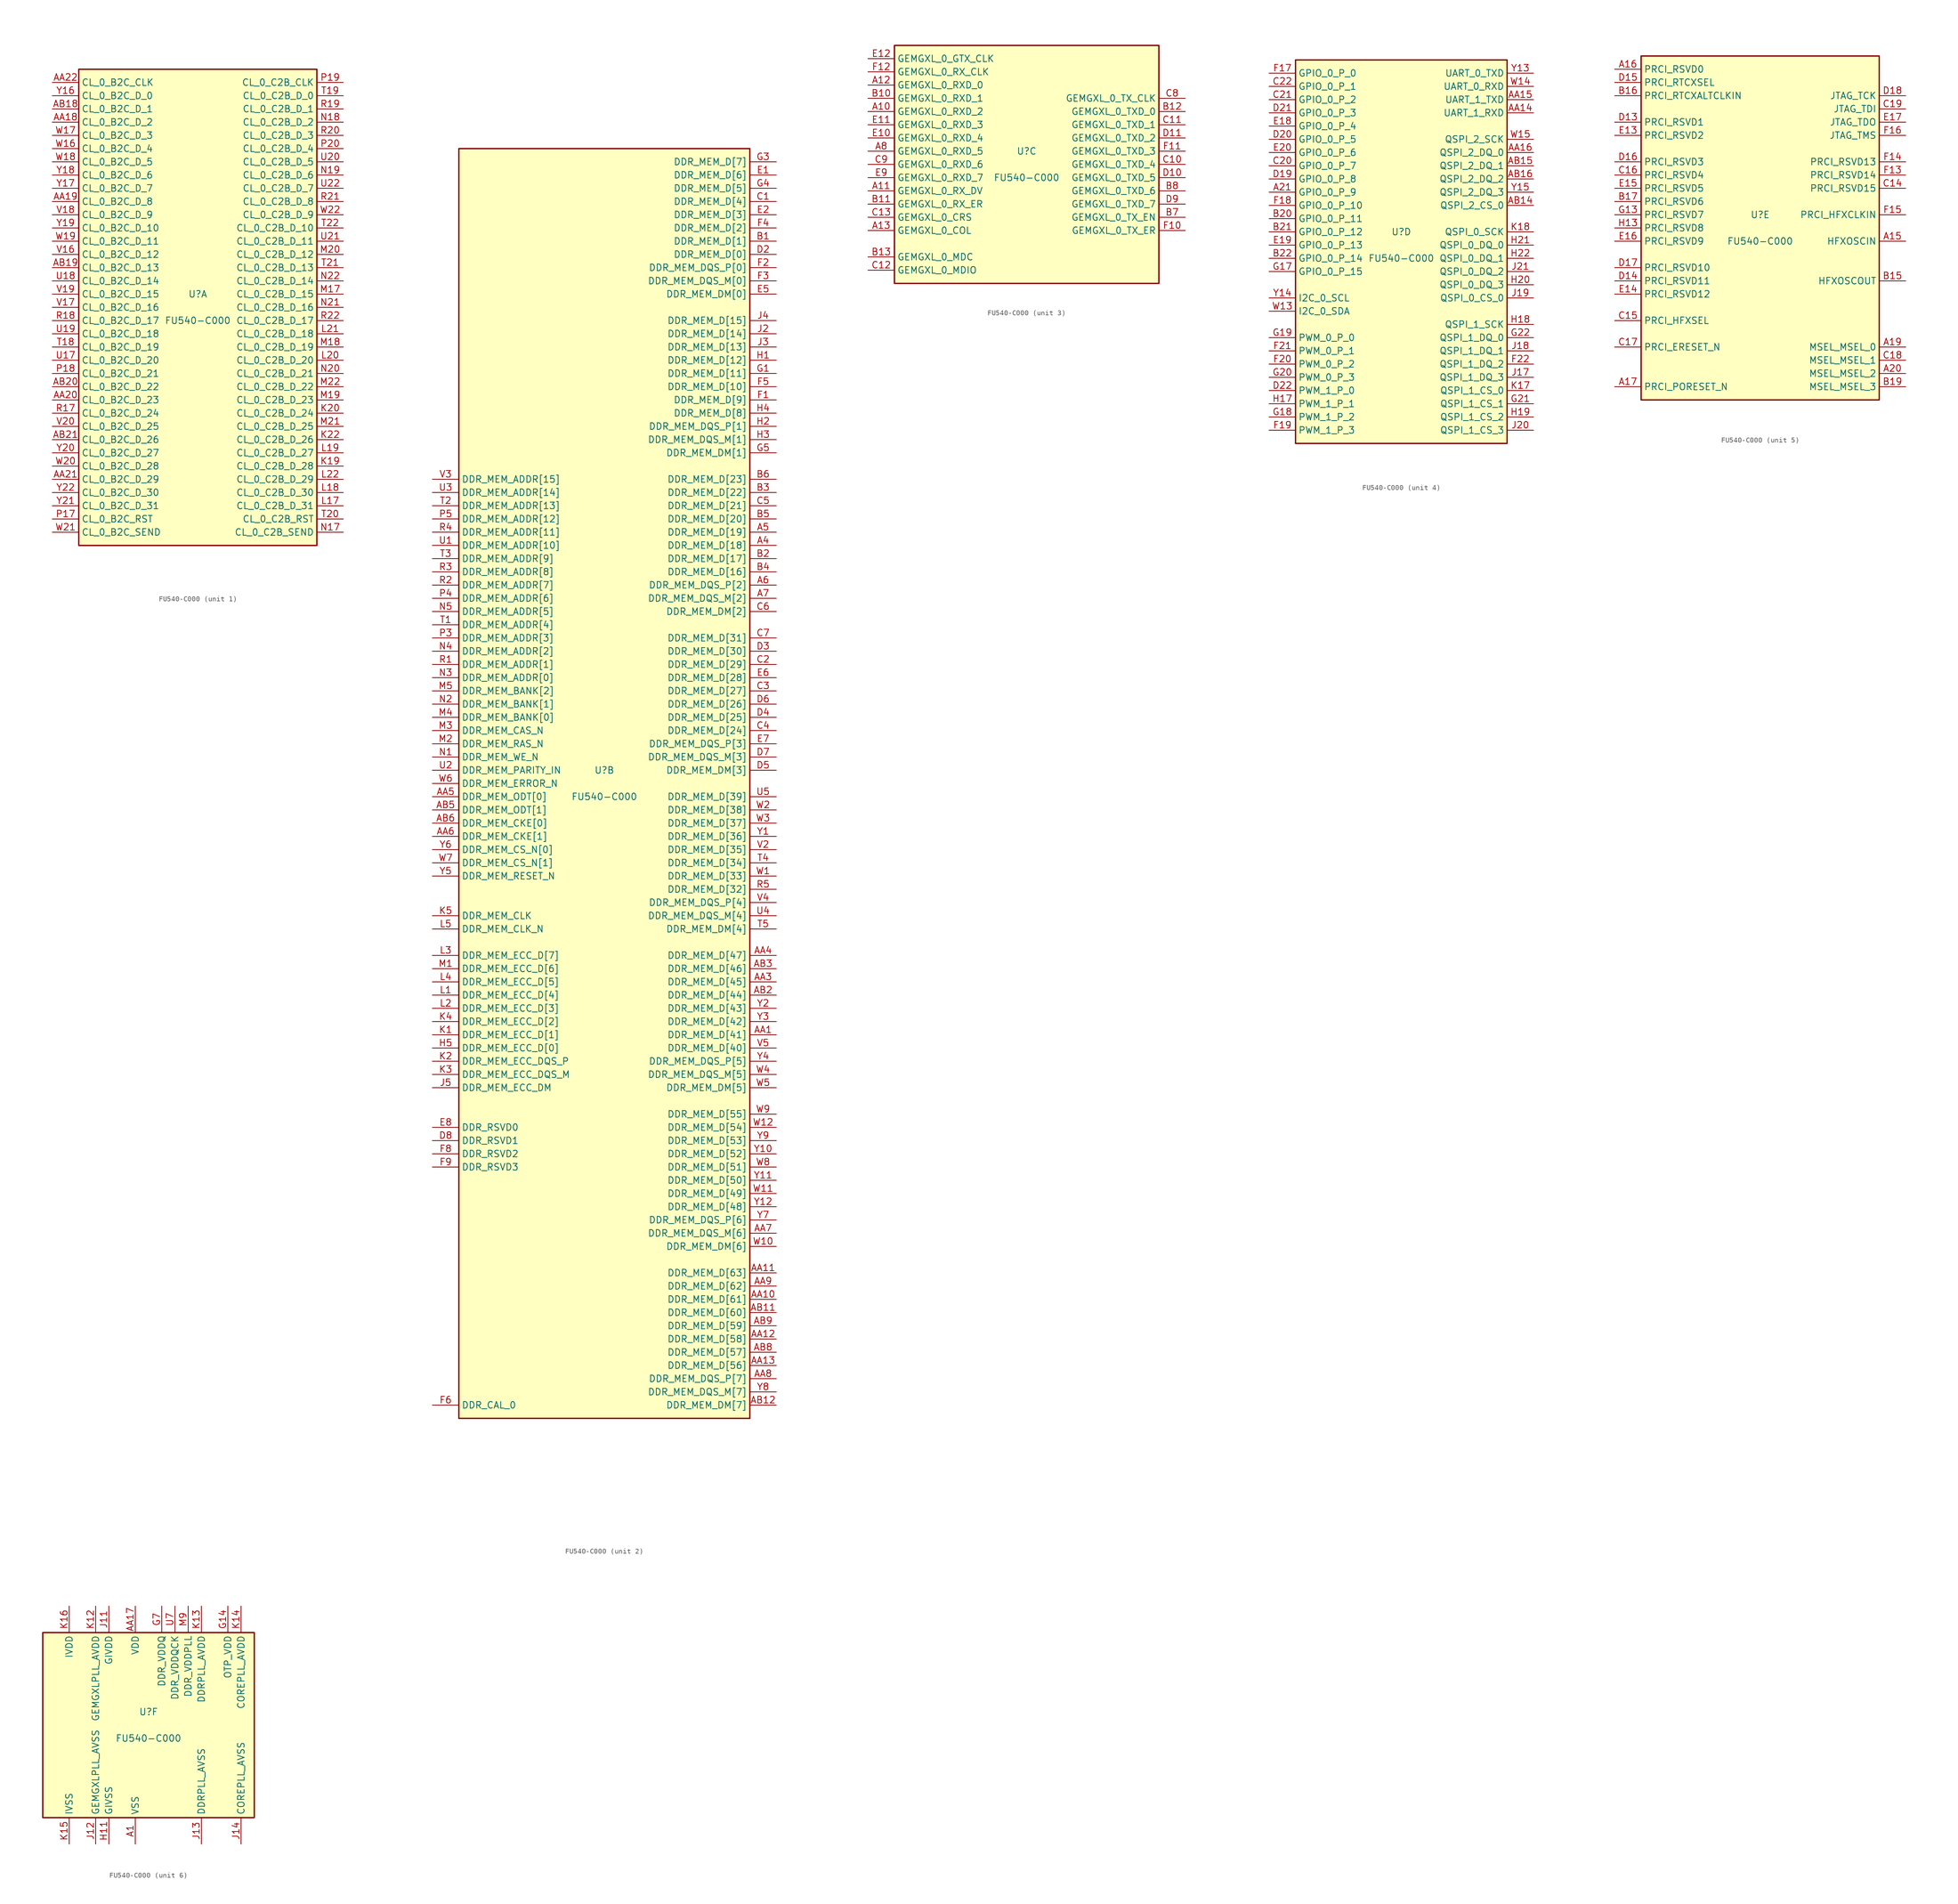
<source format=kicad_sym>
(kicad_symbol_lib
  (version 20241209)
  (generator "kicad_symbol_editor")
  (generator_version "9.0")
  (symbol "FU540-C000"
    (property "Reference" "U"
      (at 0 2.54 0)
      (effects (font (size 1.27 1.27))))
    (property "Value" "FU540-C000"
      (at 0 -2.54 0)
      (effects (font (size 1.27 1.27))))
    (property "ki_locked" ""
      (at 0 0 0)
      (effects (font (size 1.27 1.27))))
    (symbol "FU540-C000_1_1"
      (rectangle (start -22.86 -45.72) (end 22.86 45.72) (stroke (width 0.254) (type default)) (fill (type background)))
      (pin input line (at -27.94 43.18 0) (length 5.08) (name "CL_0_B2C_CLK" (effects (font (size 1.27 1.27)))) (number "AA22" (effects (font (size 1.27 1.27)))))
      (pin input line (at -27.94 40.64 0) (length 5.08) (name "CL_0_B2C_D_0" (effects (font (size 1.27 1.27)))) (number "Y16" (effects (font (size 1.27 1.27)))))
      (pin input line (at -27.94 38.1 0) (length 5.08) (name "CL_0_B2C_D_1" (effects (font (size 1.27 1.27)))) (number "AB18" (effects (font (size 1.27 1.27)))))
      (pin input line (at -27.94 35.56 0) (length 5.08) (name "CL_0_B2C_D_2" (effects (font (size 1.27 1.27)))) (number "AA18" (effects (font (size 1.27 1.27)))))
      (pin input line (at -27.94 33.02 0) (length 5.08) (name "CL_0_B2C_D_3" (effects (font (size 1.27 1.27)))) (number "W17" (effects (font (size 1.27 1.27)))))
      (pin input line (at -27.94 30.48 0) (length 5.08) (name "CL_0_B2C_D_4" (effects (font (size 1.27 1.27)))) (number "W16" (effects (font (size 1.27 1.27)))))
      (pin input line (at -27.94 27.94 0) (length 5.08) (name "CL_0_B2C_D_5" (effects (font (size 1.27 1.27)))) (number "W18" (effects (font (size 1.27 1.27)))))
      (pin input line (at -27.94 25.4 0) (length 5.08) (name "CL_0_B2C_D_6" (effects (font (size 1.27 1.27)))) (number "Y18" (effects (font (size 1.27 1.27)))))
      (pin input line (at -27.94 22.86 0) (length 5.08) (name "CL_0_B2C_D_7" (effects (font (size 1.27 1.27)))) (number "Y17" (effects (font (size 1.27 1.27)))))
      (pin input line (at -27.94 20.32 0) (length 5.08) (name "CL_0_B2C_D_8" (effects (font (size 1.27 1.27)))) (number "AA19" (effects (font (size 1.27 1.27)))))
      (pin input line (at -27.94 17.78 0) (length 5.08) (name "CL_0_B2C_D_9" (effects (font (size 1.27 1.27)))) (number "V18" (effects (font (size 1.27 1.27)))))
      (pin input line (at -27.94 15.24 0) (length 5.08) (name "CL_0_B2C_D_10" (effects (font (size 1.27 1.27)))) (number "Y19" (effects (font (size 1.27 1.27)))))
      (pin input line (at -27.94 12.7 0) (length 5.08) (name "CL_0_B2C_D_11" (effects (font (size 1.27 1.27)))) (number "W19" (effects (font (size 1.27 1.27)))))
      (pin input line (at -27.94 10.16 0) (length 5.08) (name "CL_0_B2C_D_12" (effects (font (size 1.27 1.27)))) (number "V16" (effects (font (size 1.27 1.27)))))
      (pin input line (at -27.94 7.62 0) (length 5.08) (name "CL_0_B2C_D_13" (effects (font (size 1.27 1.27)))) (number "AB19" (effects (font (size 1.27 1.27)))))
      (pin input line (at -27.94 5.08 0) (length 5.08) (name "CL_0_B2C_D_14" (effects (font (size 1.27 1.27)))) (number "U18" (effects (font (size 1.27 1.27)))))
      (pin input line (at -27.94 2.54 0) (length 5.08) (name "CL_0_B2C_D_15" (effects (font (size 1.27 1.27)))) (number "V19" (effects (font (size 1.27 1.27)))))
      (pin input line (at -27.94 0 0) (length 5.08) (name "CL_0_B2C_D_16" (effects (font (size 1.27 1.27)))) (number "V17" (effects (font (size 1.27 1.27)))))
      (pin input line (at -27.94 -2.54 0) (length 5.08) (name "CL_0_B2C_D_17" (effects (font (size 1.27 1.27)))) (number "R18" (effects (font (size 1.27 1.27)))))
      (pin input line (at -27.94 -5.08 0) (length 5.08) (name "CL_0_B2C_D_18" (effects (font (size 1.27 1.27)))) (number "U19" (effects (font (size 1.27 1.27)))))
      (pin input line (at -27.94 -7.62 0) (length 5.08) (name "CL_0_B2C_D_19" (effects (font (size 1.27 1.27)))) (number "T18" (effects (font (size 1.27 1.27)))))
      (pin input line (at -27.94 -10.16 0) (length 5.08) (name "CL_0_B2C_D_20" (effects (font (size 1.27 1.27)))) (number "U17" (effects (font (size 1.27 1.27)))))
      (pin input line (at -27.94 -12.7 0) (length 5.08) (name "CL_0_B2C_D_21" (effects (font (size 1.27 1.27)))) (number "P18" (effects (font (size 1.27 1.27)))))
      (pin input line (at -27.94 -15.24 0) (length 5.08) (name "CL_0_B2C_D_22" (effects (font (size 1.27 1.27)))) (number "AB20" (effects (font (size 1.27 1.27)))))
      (pin input line (at -27.94 -17.78 0) (length 5.08) (name "CL_0_B2C_D_23" (effects (font (size 1.27 1.27)))) (number "AA20" (effects (font (size 1.27 1.27)))))
      (pin input line (at -27.94 -20.32 0) (length 5.08) (name "CL_0_B2C_D_24" (effects (font (size 1.27 1.27)))) (number "R17" (effects (font (size 1.27 1.27)))))
      (pin input line (at -27.94 -22.86 0) (length 5.08) (name "CL_0_B2C_D_25" (effects (font (size 1.27 1.27)))) (number "V20" (effects (font (size 1.27 1.27)))))
      (pin input line (at -27.94 -25.4 0) (length 5.08) (name "CL_0_B2C_D_26" (effects (font (size 1.27 1.27)))) (number "AB21" (effects (font (size 1.27 1.27)))))
      (pin input line (at -27.94 -27.94 0) (length 5.08) (name "CL_0_B2C_D_27" (effects (font (size 1.27 1.27)))) (number "Y20" (effects (font (size 1.27 1.27)))))
      (pin input line (at -27.94 -30.48 0) (length 5.08) (name "CL_0_B2C_D_28" (effects (font (size 1.27 1.27)))) (number "W20" (effects (font (size 1.27 1.27)))))
      (pin input line (at -27.94 -33.02 0) (length 5.08) (name "CL_0_B2C_D_29" (effects (font (size 1.27 1.27)))) (number "AA21" (effects (font (size 1.27 1.27)))))
      (pin input line (at -27.94 -35.56 0) (length 5.08) (name "CL_0_B2C_D_30" (effects (font (size 1.27 1.27)))) (number "Y22" (effects (font (size 1.27 1.27)))))
      (pin input line (at -27.94 -38.1 0) (length 5.08) (name "CL_0_B2C_D_31" (effects (font (size 1.27 1.27)))) (number "Y21" (effects (font (size 1.27 1.27)))))
      (pin input line (at -27.94 -40.64 0) (length 5.08) (name "CL_0_B2C_RST" (effects (font (size 1.27 1.27)))) (number "P17" (effects (font (size 1.27 1.27)))))
      (pin input line (at -27.94 -43.18 0) (length 5.08) (name "CL_0_B2C_SEND" (effects (font (size 1.27 1.27)))) (number "W21" (effects (font (size 1.27 1.27)))))
      (pin output line (at 27.94 43.18 180) (length 5.08) (name "CL_0_C2B_CLK" (effects (font (size 1.27 1.27)))) (number "P19" (effects (font (size 1.27 1.27)))))
      (pin output line (at 27.94 40.64 180) (length 5.08) (name "CL_0_C2B_D_0" (effects (font (size 1.27 1.27)))) (number "T19" (effects (font (size 1.27 1.27)))))
      (pin output line (at 27.94 38.1 180) (length 5.08) (name "CL_0_C2B_D_1" (effects (font (size 1.27 1.27)))) (number "R19" (effects (font (size 1.27 1.27)))))
      (pin output line (at 27.94 35.56 180) (length 5.08) (name "CL_0_C2B_D_2" (effects (font (size 1.27 1.27)))) (number "N18" (effects (font (size 1.27 1.27)))))
      (pin output line (at 27.94 33.02 180) (length 5.08) (name "CL_0_C2B_D_3" (effects (font (size 1.27 1.27)))) (number "R20" (effects (font (size 1.27 1.27)))))
      (pin output line (at 27.94 30.48 180) (length 5.08) (name "CL_0_C2B_D_4" (effects (font (size 1.27 1.27)))) (number "P20" (effects (font (size 1.27 1.27)))))
      (pin output line (at 27.94 27.94 180) (length 5.08) (name "CL_0_C2B_D_5" (effects (font (size 1.27 1.27)))) (number "U20" (effects (font (size 1.27 1.27)))))
      (pin output line (at 27.94 25.4 180) (length 5.08) (name "CL_0_C2B_D_6" (effects (font (size 1.27 1.27)))) (number "N19" (effects (font (size 1.27 1.27)))))
      (pin output line (at 27.94 22.86 180) (length 5.08) (name "CL_0_C2B_D_7" (effects (font (size 1.27 1.27)))) (number "U22" (effects (font (size 1.27 1.27)))))
      (pin output line (at 27.94 20.32 180) (length 5.08) (name "CL_0_C2B_D_8" (effects (font (size 1.27 1.27)))) (number "R21" (effects (font (size 1.27 1.27)))))
      (pin output line (at 27.94 17.78 180) (length 5.08) (name "CL_0_C2B_D_9" (effects (font (size 1.27 1.27)))) (number "W22" (effects (font (size 1.27 1.27)))))
      (pin output line (at 27.94 15.24 180) (length 5.08) (name "CL_0_C2B_D_10" (effects (font (size 1.27 1.27)))) (number "T22" (effects (font (size 1.27 1.27)))))
      (pin output line (at 27.94 12.7 180) (length 5.08) (name "CL_0_C2B_D_11" (effects (font (size 1.27 1.27)))) (number "U21" (effects (font (size 1.27 1.27)))))
      (pin output line (at 27.94 10.16 180) (length 5.08) (name "CL_0_C2B_D_12" (effects (font (size 1.27 1.27)))) (number "M20" (effects (font (size 1.27 1.27)))))
      (pin output line (at 27.94 7.62 180) (length 5.08) (name "CL_0_C2B_D_13" (effects (font (size 1.27 1.27)))) (number "T21" (effects (font (size 1.27 1.27)))))
      (pin output line (at 27.94 5.08 180) (length 5.08) (name "CL_0_C2B_D_14" (effects (font (size 1.27 1.27)))) (number "N22" (effects (font (size 1.27 1.27)))))
      (pin output line (at 27.94 2.54 180) (length 5.08) (name "CL_0_C2B_D_15" (effects (font (size 1.27 1.27)))) (number "M17" (effects (font (size 1.27 1.27)))))
      (pin output line (at 27.94 0 180) (length 5.08) (name "CL_0_C2B_D_16" (effects (font (size 1.27 1.27)))) (number "N21" (effects (font (size 1.27 1.27)))))
      (pin output line (at 27.94 -2.54 180) (length 5.08) (name "CL_0_C2B_D_17" (effects (font (size 1.27 1.27)))) (number "R22" (effects (font (size 1.27 1.27)))))
      (pin output line (at 27.94 -5.08 180) (length 5.08) (name "CL_0_C2B_D_18" (effects (font (size 1.27 1.27)))) (number "L21" (effects (font (size 1.27 1.27)))))
      (pin output line (at 27.94 -7.62 180) (length 5.08) (name "CL_0_C2B_D_19" (effects (font (size 1.27 1.27)))) (number "M18" (effects (font (size 1.27 1.27)))))
      (pin output line (at 27.94 -10.16 180) (length 5.08) (name "CL_0_C2B_D_20" (effects (font (size 1.27 1.27)))) (number "L20" (effects (font (size 1.27 1.27)))))
      (pin output line (at 27.94 -12.7 180) (length 5.08) (name "CL_0_C2B_D_21" (effects (font (size 1.27 1.27)))) (number "N20" (effects (font (size 1.27 1.27)))))
      (pin output line (at 27.94 -15.24 180) (length 5.08) (name "CL_0_C2B_D_22" (effects (font (size 1.27 1.27)))) (number "M22" (effects (font (size 1.27 1.27)))))
      (pin output line (at 27.94 -17.78 180) (length 5.08) (name "CL_0_C2B_D_23" (effects (font (size 1.27 1.27)))) (number "M19" (effects (font (size 1.27 1.27)))))
      (pin output line (at 27.94 -20.32 180) (length 5.08) (name "CL_0_C2B_D_24" (effects (font (size 1.27 1.27)))) (number "K20" (effects (font (size 1.27 1.27)))))
      (pin output line (at 27.94 -22.86 180) (length 5.08) (name "CL_0_C2B_D_25" (effects (font (size 1.27 1.27)))) (number "M21" (effects (font (size 1.27 1.27)))))
      (pin output line (at 27.94 -25.4 180) (length 5.08) (name "CL_0_C2B_D_26" (effects (font (size 1.27 1.27)))) (number "K22" (effects (font (size 1.27 1.27)))))
      (pin output line (at 27.94 -27.94 180) (length 5.08) (name "CL_0_C2B_D_27" (effects (font (size 1.27 1.27)))) (number "L19" (effects (font (size 1.27 1.27)))))
      (pin output line (at 27.94 -30.48 180) (length 5.08) (name "CL_0_C2B_D_28" (effects (font (size 1.27 1.27)))) (number "K19" (effects (font (size 1.27 1.27)))))
      (pin output line (at 27.94 -33.02 180) (length 5.08) (name "CL_0_C2B_D_29" (effects (font (size 1.27 1.27)))) (number "L22" (effects (font (size 1.27 1.27)))))
      (pin output line (at 27.94 -35.56 180) (length 5.08) (name "CL_0_C2B_D_30" (effects (font (size 1.27 1.27)))) (number "L18" (effects (font (size 1.27 1.27)))))
      (pin output line (at 27.94 -38.1 180) (length 5.08) (name "CL_0_C2B_D_31" (effects (font (size 1.27 1.27)))) (number "L17" (effects (font (size 1.27 1.27)))))
      (pin output line (at 27.94 -40.64 180) (length 5.08) (name "CL_0_C2B_RST" (effects (font (size 1.27 1.27)))) (number "T20" (effects (font (size 1.27 1.27)))))
      (pin output line (at 27.94 -43.18 180) (length 5.08) (name "CL_0_C2B_SEND" (effects (font (size 1.27 1.27)))) (number "N17" (effects (font (size 1.27 1.27))))))
    (symbol "FU540-C000_2_1"
      (rectangle (start -27.94 -121.92) (end 27.94 121.92) (stroke (width 0.254) (type default)) (fill (type background)))
      (pin output line (at -33.02 58.42 0) (length 5.08) (name "DDR_MEM_ADDR[15]" (effects (font (size 1.27 1.27)))) (number "V3" (effects (font (size 1.27 1.27)))))
      (pin output line (at -33.02 55.88 0) (length 5.08) (name "DDR_MEM_ADDR[14]" (effects (font (size 1.27 1.27)))) (number "U3" (effects (font (size 1.27 1.27)))))
      (pin output line (at -33.02 53.34 0) (length 5.08) (name "DDR_MEM_ADDR[13]" (effects (font (size 1.27 1.27)))) (number "T2" (effects (font (size 1.27 1.27)))))
      (pin output line (at -33.02 50.8 0) (length 5.08) (name "DDR_MEM_ADDR[12]" (effects (font (size 1.27 1.27)))) (number "P5" (effects (font (size 1.27 1.27)))))
      (pin output line (at -33.02 48.26 0) (length 5.08) (name "DDR_MEM_ADDR[11]" (effects (font (size 1.27 1.27)))) (number "R4" (effects (font (size 1.27 1.27)))))
      (pin output line (at -33.02 45.72 0) (length 5.08) (name "DDR_MEM_ADDR[10]" (effects (font (size 1.27 1.27)))) (number "U1" (effects (font (size 1.27 1.27)))))
      (pin output line (at -33.02 43.18 0) (length 5.08) (name "DDR_MEM_ADDR[9]" (effects (font (size 1.27 1.27)))) (number "T3" (effects (font (size 1.27 1.27)))))
      (pin output line (at -33.02 40.64 0) (length 5.08) (name "DDR_MEM_ADDR[8]" (effects (font (size 1.27 1.27)))) (number "R3" (effects (font (size 1.27 1.27)))))
      (pin output line (at -33.02 38.1 0) (length 5.08) (name "DDR_MEM_ADDR[7]" (effects (font (size 1.27 1.27)))) (number "R2" (effects (font (size 1.27 1.27)))))
      (pin output line (at -33.02 35.56 0) (length 5.08) (name "DDR_MEM_ADDR[6]" (effects (font (size 1.27 1.27)))) (number "P4" (effects (font (size 1.27 1.27)))))
      (pin output line (at -33.02 33.02 0) (length 5.08) (name "DDR_MEM_ADDR[5]" (effects (font (size 1.27 1.27)))) (number "N5" (effects (font (size 1.27 1.27)))))
      (pin output line (at -33.02 30.48 0) (length 5.08) (name "DDR_MEM_ADDR[4]" (effects (font (size 1.27 1.27)))) (number "T1" (effects (font (size 1.27 1.27)))))
      (pin output line (at -33.02 27.94 0) (length 5.08) (name "DDR_MEM_ADDR[3]" (effects (font (size 1.27 1.27)))) (number "P3" (effects (font (size 1.27 1.27)))))
      (pin output line (at -33.02 25.4 0) (length 5.08) (name "DDR_MEM_ADDR[2]" (effects (font (size 1.27 1.27)))) (number "N4" (effects (font (size 1.27 1.27)))))
      (pin output line (at -33.02 22.86 0) (length 5.08) (name "DDR_MEM_ADDR[1]" (effects (font (size 1.27 1.27)))) (number "R1" (effects (font (size 1.27 1.27)))))
      (pin output line (at -33.02 20.32 0) (length 5.08) (name "DDR_MEM_ADDR[0]" (effects (font (size 1.27 1.27)))) (number "N3" (effects (font (size 1.27 1.27)))))
      (pin output line (at -33.02 17.78 0) (length 5.08) (name "DDR_MEM_BANK[2]" (effects (font (size 1.27 1.27)))) (number "M5" (effects (font (size 1.27 1.27)))))
      (pin output line (at -33.02 15.24 0) (length 5.08) (name "DDR_MEM_BANK[1]" (effects (font (size 1.27 1.27)))) (number "N2" (effects (font (size 1.27 1.27)))))
      (pin output line (at -33.02 12.7 0) (length 5.08) (name "DDR_MEM_BANK[0]" (effects (font (size 1.27 1.27)))) (number "M4" (effects (font (size 1.27 1.27)))))
      (pin output line (at -33.02 10.16 0) (length 5.08) (name "DDR_MEM_CAS_N" (effects (font (size 1.27 1.27)))) (number "M3" (effects (font (size 1.27 1.27)))))
      (pin output line (at -33.02 7.62 0) (length 5.08) (name "DDR_MEM_RAS_N" (effects (font (size 1.27 1.27)))) (number "M2" (effects (font (size 1.27 1.27)))))
      (pin output line (at -33.02 5.08 0) (length 5.08) (name "DDR_MEM_WE_N" (effects (font (size 1.27 1.27)))) (number "N1" (effects (font (size 1.27 1.27)))))
      (pin output line (at -33.02 2.54 0) (length 5.08) (name "DDR_MEM_PARITY_IN" (effects (font (size 1.27 1.27)))) (number "U2" (effects (font (size 1.27 1.27)))))
      (pin input line (at -33.02 0 0) (length 5.08) (name "DDR_MEM_ERROR_N" (effects (font (size 1.27 1.27)))) (number "W6" (effects (font (size 1.27 1.27)))))
      (pin output line (at -33.02 -2.54 0) (length 5.08) (name "DDR_MEM_ODT[0]" (effects (font (size 1.27 1.27)))) (number "AA5" (effects (font (size 1.27 1.27)))))
      (pin output line (at -33.02 -5.08 0) (length 5.08) (name "DDR_MEM_ODT[1]" (effects (font (size 1.27 1.27)))) (number "AB5" (effects (font (size 1.27 1.27)))))
      (pin output line (at -33.02 -7.62 0) (length 5.08) (name "DDR_MEM_CKE[0]" (effects (font (size 1.27 1.27)))) (number "AB6" (effects (font (size 1.27 1.27)))))
      (pin output line (at -33.02 -10.16 0) (length 5.08) (name "DDR_MEM_CKE[1]" (effects (font (size 1.27 1.27)))) (number "AA6" (effects (font (size 1.27 1.27)))))
      (pin output line (at -33.02 -12.7 0) (length 5.08) (name "DDR_MEM_CS_N[0]" (effects (font (size 1.27 1.27)))) (number "Y6" (effects (font (size 1.27 1.27)))))
      (pin output line (at -33.02 -15.24 0) (length 5.08) (name "DDR_MEM_CS_N[1]" (effects (font (size 1.27 1.27)))) (number "W7" (effects (font (size 1.27 1.27)))))
      (pin output line (at -33.02 -17.78 0) (length 5.08) (name "DDR_MEM_RESET_N" (effects (font (size 1.27 1.27)))) (number "Y5" (effects (font (size 1.27 1.27)))))
      (pin output line (at -33.02 -25.4 0) (length 5.08) (name "DDR_MEM_CLK" (effects (font (size 1.27 1.27)))) (number "K5" (effects (font (size 1.27 1.27)))))
      (pin output line (at -33.02 -27.94 0) (length 5.08) (name "DDR_MEM_CLK_N" (effects (font (size 1.27 1.27)))) (number "L5" (effects (font (size 1.27 1.27)))))
      (pin bidirectional line (at -33.02 -33.02 0) (length 5.08) (name "DDR_MEM_ECC_D[7]" (effects (font (size 1.27 1.27)))) (number "L3" (effects (font (size 1.27 1.27)))))
      (pin bidirectional line (at -33.02 -35.56 0) (length 5.08) (name "DDR_MEM_ECC_D[6]" (effects (font (size 1.27 1.27)))) (number "M1" (effects (font (size 1.27 1.27)))))
      (pin bidirectional line (at -33.02 -38.1 0) (length 5.08) (name "DDR_MEM_ECC_D[5]" (effects (font (size 1.27 1.27)))) (number "L4" (effects (font (size 1.27 1.27)))))
      (pin bidirectional line (at -33.02 -40.64 0) (length 5.08) (name "DDR_MEM_ECC_D[4]" (effects (font (size 1.27 1.27)))) (number "L1" (effects (font (size 1.27 1.27)))))
      (pin bidirectional line (at -33.02 -43.18 0) (length 5.08) (name "DDR_MEM_ECC_D[3]" (effects (font (size 1.27 1.27)))) (number "L2" (effects (font (size 1.27 1.27)))))
      (pin bidirectional line (at -33.02 -45.72 0) (length 5.08) (name "DDR_MEM_ECC_D[2]" (effects (font (size 1.27 1.27)))) (number "K4" (effects (font (size 1.27 1.27)))))
      (pin bidirectional line (at -33.02 -48.26 0) (length 5.08) (name "DDR_MEM_ECC_D[1]" (effects (font (size 1.27 1.27)))) (number "K1" (effects (font (size 1.27 1.27)))))
      (pin bidirectional line (at -33.02 -50.8 0) (length 5.08) (name "DDR_MEM_ECC_D[0]" (effects (font (size 1.27 1.27)))) (number "H5" (effects (font (size 1.27 1.27)))))
      (pin bidirectional line (at -33.02 -53.34 0) (length 5.08) (name "DDR_MEM_ECC_DQS_P" (effects (font (size 1.27 1.27)))) (number "K2" (effects (font (size 1.27 1.27)))))
      (pin bidirectional line (at -33.02 -55.88 0) (length 5.08) (name "DDR_MEM_ECC_DQS_M" (effects (font (size 1.27 1.27)))) (number "K3" (effects (font (size 1.27 1.27)))))
      (pin bidirectional line (at -33.02 -58.42 0) (length 5.08) (name "DDR_MEM_ECC_DM" (effects (font (size 1.27 1.27)))) (number "J5" (effects (font (size 1.27 1.27)))))
      (pin passive line (at -33.02 -66.04 0) (length 5.08) (name "DDR_RSVD0" (effects (font (size 1.27 1.27)))) (number "E8" (effects (font (size 1.27 1.27)))))
      (pin passive line (at -33.02 -68.58 0) (length 5.08) (name "DDR_RSVD1" (effects (font (size 1.27 1.27)))) (number "D8" (effects (font (size 1.27 1.27)))))
      (pin passive line (at -33.02 -71.12 0) (length 5.08) (name "DDR_RSVD2" (effects (font (size 1.27 1.27)))) (number "F8" (effects (font (size 1.27 1.27)))))
      (pin passive line (at -33.02 -73.66 0) (length 5.08) (name "DDR_RSVD3" (effects (font (size 1.27 1.27)))) (number "F9" (effects (font (size 1.27 1.27)))))
      (pin passive line (at -33.02 -119.38 0) (length 5.08) (name "DDR_CAL_0" (effects (font (size 1.27 1.27)))) (number "F6" (effects (font (size 1.27 1.27)))))
      (pin bidirectional line (at 33.02 119.38 180) (length 5.08) (name "DDR_MEM_D[7]" (effects (font (size 1.27 1.27)))) (number "G3" (effects (font (size 1.27 1.27)))))
      (pin bidirectional line (at 33.02 116.84 180) (length 5.08) (name "DDR_MEM_D[6]" (effects (font (size 1.27 1.27)))) (number "E1" (effects (font (size 1.27 1.27)))))
      (pin bidirectional line (at 33.02 114.3 180) (length 5.08) (name "DDR_MEM_D[5]" (effects (font (size 1.27 1.27)))) (number "G4" (effects (font (size 1.27 1.27)))))
      (pin bidirectional line (at 33.02 111.76 180) (length 5.08) (name "DDR_MEM_D[4]" (effects (font (size 1.27 1.27)))) (number "C1" (effects (font (size 1.27 1.27)))))
      (pin bidirectional line (at 33.02 109.22 180) (length 5.08) (name "DDR_MEM_D[3]" (effects (font (size 1.27 1.27)))) (number "E2" (effects (font (size 1.27 1.27)))))
      (pin bidirectional line (at 33.02 106.68 180) (length 5.08) (name "DDR_MEM_D[2]" (effects (font (size 1.27 1.27)))) (number "F4" (effects (font (size 1.27 1.27)))))
      (pin bidirectional line (at 33.02 104.14 180) (length 5.08) (name "DDR_MEM_D[1]" (effects (font (size 1.27 1.27)))) (number "B1" (effects (font (size 1.27 1.27)))))
      (pin bidirectional line (at 33.02 101.6 180) (length 5.08) (name "DDR_MEM_D[0]" (effects (font (size 1.27 1.27)))) (number "D2" (effects (font (size 1.27 1.27)))))
      (pin bidirectional line (at 33.02 99.06 180) (length 5.08) (name "DDR_MEM_DQS_P[0]" (effects (font (size 1.27 1.27)))) (number "F2" (effects (font (size 1.27 1.27)))))
      (pin bidirectional line (at 33.02 96.52 180) (length 5.08) (name "DDR_MEM_DQS_M[0]" (effects (font (size 1.27 1.27)))) (number "F3" (effects (font (size 1.27 1.27)))))
      (pin bidirectional line (at 33.02 93.98 180) (length 5.08) (name "DDR_MEM_DM[0]" (effects (font (size 1.27 1.27)))) (number "E5" (effects (font (size 1.27 1.27)))))
      (pin bidirectional line (at 33.02 88.9 180) (length 5.08) (name "DDR_MEM_D[15]" (effects (font (size 1.27 1.27)))) (number "J4" (effects (font (size 1.27 1.27)))))
      (pin bidirectional line (at 33.02 86.36 180) (length 5.08) (name "DDR_MEM_D[14]" (effects (font (size 1.27 1.27)))) (number "J2" (effects (font (size 1.27 1.27)))))
      (pin bidirectional line (at 33.02 83.82 180) (length 5.08) (name "DDR_MEM_D[13]" (effects (font (size 1.27 1.27)))) (number "J3" (effects (font (size 1.27 1.27)))))
      (pin bidirectional line (at 33.02 81.28 180) (length 5.08) (name "DDR_MEM_D[12]" (effects (font (size 1.27 1.27)))) (number "H1" (effects (font (size 1.27 1.27)))))
      (pin bidirectional line (at 33.02 78.74 180) (length 5.08) (name "DDR_MEM_D[11]" (effects (font (size 1.27 1.27)))) (number "G1" (effects (font (size 1.27 1.27)))))
      (pin bidirectional line (at 33.02 76.2 180) (length 5.08) (name "DDR_MEM_D[10]" (effects (font (size 1.27 1.27)))) (number "F5" (effects (font (size 1.27 1.27)))))
      (pin bidirectional line (at 33.02 73.66 180) (length 5.08) (name "DDR_MEM_D[9]" (effects (font (size 1.27 1.27)))) (number "F1" (effects (font (size 1.27 1.27)))))
      (pin bidirectional line (at 33.02 71.12 180) (length 5.08) (name "DDR_MEM_D[8]" (effects (font (size 1.27 1.27)))) (number "H4" (effects (font (size 1.27 1.27)))))
      (pin bidirectional line (at 33.02 68.58 180) (length 5.08) (name "DDR_MEM_DQS_P[1]" (effects (font (size 1.27 1.27)))) (number "H2" (effects (font (size 1.27 1.27)))))
      (pin bidirectional line (at 33.02 66.04 180) (length 5.08) (name "DDR_MEM_DQS_M[1]" (effects (font (size 1.27 1.27)))) (number "H3" (effects (font (size 1.27 1.27)))))
      (pin bidirectional line (at 33.02 63.5 180) (length 5.08) (name "DDR_MEM_DM[1]" (effects (font (size 1.27 1.27)))) (number "G5" (effects (font (size 1.27 1.27)))))
      (pin bidirectional line (at 33.02 58.42 180) (length 5.08) (name "DDR_MEM_D[23]" (effects (font (size 1.27 1.27)))) (number "B6" (effects (font (size 1.27 1.27)))))
      (pin bidirectional line (at 33.02 55.88 180) (length 5.08) (name "DDR_MEM_D[22]" (effects (font (size 1.27 1.27)))) (number "B3" (effects (font (size 1.27 1.27)))))
      (pin bidirectional line (at 33.02 53.34 180) (length 5.08) (name "DDR_MEM_D[21]" (effects (font (size 1.27 1.27)))) (number "C5" (effects (font (size 1.27 1.27)))))
      (pin bidirectional line (at 33.02 50.8 180) (length 5.08) (name "DDR_MEM_D[20]" (effects (font (size 1.27 1.27)))) (number "B5" (effects (font (size 1.27 1.27)))))
      (pin bidirectional line (at 33.02 48.26 180) (length 5.08) (name "DDR_MEM_D[19]" (effects (font (size 1.27 1.27)))) (number "A5" (effects (font (size 1.27 1.27)))))
      (pin bidirectional line (at 33.02 45.72 180) (length 5.08) (name "DDR_MEM_D[18]" (effects (font (size 1.27 1.27)))) (number "A4" (effects (font (size 1.27 1.27)))))
      (pin bidirectional line (at 33.02 43.18 180) (length 5.08) (name "DDR_MEM_D[17]" (effects (font (size 1.27 1.27)))) (number "B2" (effects (font (size 1.27 1.27)))))
      (pin bidirectional line (at 33.02 40.64 180) (length 5.08) (name "DDR_MEM_D[16]" (effects (font (size 1.27 1.27)))) (number "B4" (effects (font (size 1.27 1.27)))))
      (pin bidirectional line (at 33.02 38.1 180) (length 5.08) (name "DDR_MEM_DQS_P[2]" (effects (font (size 1.27 1.27)))) (number "A6" (effects (font (size 1.27 1.27)))))
      (pin bidirectional line (at 33.02 35.56 180) (length 5.08) (name "DDR_MEM_DQS_M[2]" (effects (font (size 1.27 1.27)))) (number "A7" (effects (font (size 1.27 1.27)))))
      (pin bidirectional line (at 33.02 33.02 180) (length 5.08) (name "DDR_MEM_DM[2]" (effects (font (size 1.27 1.27)))) (number "C6" (effects (font (size 1.27 1.27)))))
      (pin bidirectional line (at 33.02 27.94 180) (length 5.08) (name "DDR_MEM_D[31]" (effects (font (size 1.27 1.27)))) (number "C7" (effects (font (size 1.27 1.27)))))
      (pin bidirectional line (at 33.02 25.4 180) (length 5.08) (name "DDR_MEM_D[30]" (effects (font (size 1.27 1.27)))) (number "D3" (effects (font (size 1.27 1.27)))))
      (pin bidirectional line (at 33.02 22.86 180) (length 5.08) (name "DDR_MEM_D[29]" (effects (font (size 1.27 1.27)))) (number "C2" (effects (font (size 1.27 1.27)))))
      (pin bidirectional line (at 33.02 20.32 180) (length 5.08) (name "DDR_MEM_D[28]" (effects (font (size 1.27 1.27)))) (number "E6" (effects (font (size 1.27 1.27)))))
      (pin bidirectional line (at 33.02 17.78 180) (length 5.08) (name "DDR_MEM_D[27]" (effects (font (size 1.27 1.27)))) (number "C3" (effects (font (size 1.27 1.27)))))
      (pin bidirectional line (at 33.02 15.24 180) (length 5.08) (name "DDR_MEM_D[26]" (effects (font (size 1.27 1.27)))) (number "D6" (effects (font (size 1.27 1.27)))))
      (pin bidirectional line (at 33.02 12.7 180) (length 5.08) (name "DDR_MEM_D[25]" (effects (font (size 1.27 1.27)))) (number "D4" (effects (font (size 1.27 1.27)))))
      (pin bidirectional line (at 33.02 10.16 180) (length 5.08) (name "DDR_MEM_D[24]" (effects (font (size 1.27 1.27)))) (number "C4" (effects (font (size 1.27 1.27)))))
      (pin bidirectional line (at 33.02 7.62 180) (length 5.08) (name "DDR_MEM_DQS_P[3]" (effects (font (size 1.27 1.27)))) (number "E7" (effects (font (size 1.27 1.27)))))
      (pin bidirectional line (at 33.02 5.08 180) (length 5.08) (name "DDR_MEM_DQS_M[3]" (effects (font (size 1.27 1.27)))) (number "D7" (effects (font (size 1.27 1.27)))))
      (pin bidirectional line (at 33.02 2.54 180) (length 5.08) (name "DDR_MEM_DM[3]" (effects (font (size 1.27 1.27)))) (number "D5" (effects (font (size 1.27 1.27)))))
      (pin bidirectional line (at 33.02 -2.54 180) (length 5.08) (name "DDR_MEM_D[39]" (effects (font (size 1.27 1.27)))) (number "U5" (effects (font (size 1.27 1.27)))))
      (pin bidirectional line (at 33.02 -5.08 180) (length 5.08) (name "DDR_MEM_D[38]" (effects (font (size 1.27 1.27)))) (number "W2" (effects (font (size 1.27 1.27)))))
      (pin bidirectional line (at 33.02 -7.62 180) (length 5.08) (name "DDR_MEM_D[37]" (effects (font (size 1.27 1.27)))) (number "W3" (effects (font (size 1.27 1.27)))))
      (pin bidirectional line (at 33.02 -10.16 180) (length 5.08) (name "DDR_MEM_D[36]" (effects (font (size 1.27 1.27)))) (number "Y1" (effects (font (size 1.27 1.27)))))
      (pin bidirectional line (at 33.02 -12.7 180) (length 5.08) (name "DDR_MEM_D[35]" (effects (font (size 1.27 1.27)))) (number "V2" (effects (font (size 1.27 1.27)))))
      (pin bidirectional line (at 33.02 -15.24 180) (length 5.08) (name "DDR_MEM_D[34]" (effects (font (size 1.27 1.27)))) (number "T4" (effects (font (size 1.27 1.27)))))
      (pin bidirectional line (at 33.02 -17.78 180) (length 5.08) (name "DDR_MEM_D[33]" (effects (font (size 1.27 1.27)))) (number "W1" (effects (font (size 1.27 1.27)))))
      (pin bidirectional line (at 33.02 -20.32 180) (length 5.08) (name "DDR_MEM_D[32]" (effects (font (size 1.27 1.27)))) (number "R5" (effects (font (size 1.27 1.27)))))
      (pin bidirectional line (at 33.02 -22.86 180) (length 5.08) (name "DDR_MEM_DQS_P[4]" (effects (font (size 1.27 1.27)))) (number "V4" (effects (font (size 1.27 1.27)))))
      (pin bidirectional line (at 33.02 -25.4 180) (length 5.08) (name "DDR_MEM_DQS_M[4]" (effects (font (size 1.27 1.27)))) (number "U4" (effects (font (size 1.27 1.27)))))
      (pin bidirectional line (at 33.02 -27.94 180) (length 5.08) (name "DDR_MEM_DM[4]" (effects (font (size 1.27 1.27)))) (number "T5" (effects (font (size 1.27 1.27)))))
      (pin bidirectional line (at 33.02 -33.02 180) (length 5.08) (name "DDR_MEM_D[47]" (effects (font (size 1.27 1.27)))) (number "AA4" (effects (font (size 1.27 1.27)))))
      (pin bidirectional line (at 33.02 -35.56 180) (length 5.08) (name "DDR_MEM_D[46]" (effects (font (size 1.27 1.27)))) (number "AB3" (effects (font (size 1.27 1.27)))))
      (pin bidirectional line (at 33.02 -38.1 180) (length 5.08) (name "DDR_MEM_D[45]" (effects (font (size 1.27 1.27)))) (number "AA3" (effects (font (size 1.27 1.27)))))
      (pin bidirectional line (at 33.02 -40.64 180) (length 5.08) (name "DDR_MEM_D[44]" (effects (font (size 1.27 1.27)))) (number "AB2" (effects (font (size 1.27 1.27)))))
      (pin bidirectional line (at 33.02 -43.18 180) (length 5.08) (name "DDR_MEM_D[43]" (effects (font (size 1.27 1.27)))) (number "Y2" (effects (font (size 1.27 1.27)))))
      (pin bidirectional line (at 33.02 -45.72 180) (length 5.08) (name "DDR_MEM_D[42]" (effects (font (size 1.27 1.27)))) (number "Y3" (effects (font (size 1.27 1.27)))))
      (pin bidirectional line (at 33.02 -48.26 180) (length 5.08) (name "DDR_MEM_D[41]" (effects (font (size 1.27 1.27)))) (number "AA1" (effects (font (size 1.27 1.27)))))
      (pin bidirectional line (at 33.02 -50.8 180) (length 5.08) (name "DDR_MEM_D[40]" (effects (font (size 1.27 1.27)))) (number "V5" (effects (font (size 1.27 1.27)))))
      (pin bidirectional line (at 33.02 -53.34 180) (length 5.08) (name "DDR_MEM_DQS_P[5]" (effects (font (size 1.27 1.27)))) (number "Y4" (effects (font (size 1.27 1.27)))))
      (pin bidirectional line (at 33.02 -55.88 180) (length 5.08) (name "DDR_MEM_DQS_M[5]" (effects (font (size 1.27 1.27)))) (number "W4" (effects (font (size 1.27 1.27)))))
      (pin bidirectional line (at 33.02 -58.42 180) (length 5.08) (name "DDR_MEM_DM[5]" (effects (font (size 1.27 1.27)))) (number "W5" (effects (font (size 1.27 1.27)))))
      (pin bidirectional line (at 33.02 -63.5 180) (length 5.08) (name "DDR_MEM_D[55]" (effects (font (size 1.27 1.27)))) (number "W9" (effects (font (size 1.27 1.27)))))
      (pin bidirectional line (at 33.02 -66.04 180) (length 5.08) (name "DDR_MEM_D[54]" (effects (font (size 1.27 1.27)))) (number "W12" (effects (font (size 1.27 1.27)))))
      (pin bidirectional line (at 33.02 -68.58 180) (length 5.08) (name "DDR_MEM_D[53]" (effects (font (size 1.27 1.27)))) (number "Y9" (effects (font (size 1.27 1.27)))))
      (pin bidirectional line (at 33.02 -71.12 180) (length 5.08) (name "DDR_MEM_D[52]" (effects (font (size 1.27 1.27)))) (number "Y10" (effects (font (size 1.27 1.27)))))
      (pin bidirectional line (at 33.02 -73.66 180) (length 5.08) (name "DDR_MEM_D[51]" (effects (font (size 1.27 1.27)))) (number "W8" (effects (font (size 1.27 1.27)))))
      (pin bidirectional line (at 33.02 -76.2 180) (length 5.08) (name "DDR_MEM_D[50]" (effects (font (size 1.27 1.27)))) (number "Y11" (effects (font (size 1.27 1.27)))))
      (pin bidirectional line (at 33.02 -78.74 180) (length 5.08) (name "DDR_MEM_D[49]" (effects (font (size 1.27 1.27)))) (number "W11" (effects (font (size 1.27 1.27)))))
      (pin bidirectional line (at 33.02 -81.28 180) (length 5.08) (name "DDR_MEM_D[48]" (effects (font (size 1.27 1.27)))) (number "Y12" (effects (font (size 1.27 1.27)))))
      (pin bidirectional line (at 33.02 -83.82 180) (length 5.08) (name "DDR_MEM_DQS_P[6]" (effects (font (size 1.27 1.27)))) (number "Y7" (effects (font (size 1.27 1.27)))))
      (pin bidirectional line (at 33.02 -86.36 180) (length 5.08) (name "DDR_MEM_DQS_M[6]" (effects (font (size 1.27 1.27)))) (number "AA7" (effects (font (size 1.27 1.27)))))
      (pin bidirectional line (at 33.02 -88.9 180) (length 5.08) (name "DDR_MEM_DM[6]" (effects (font (size 1.27 1.27)))) (number "W10" (effects (font (size 1.27 1.27)))))
      (pin bidirectional line (at 33.02 -93.98 180) (length 5.08) (name "DDR_MEM_D[63]" (effects (font (size 1.27 1.27)))) (number "AA11" (effects (font (size 1.27 1.27)))))
      (pin bidirectional line (at 33.02 -96.52 180) (length 5.08) (name "DDR_MEM_D[62]" (effects (font (size 1.27 1.27)))) (number "AA9" (effects (font (size 1.27 1.27)))))
      (pin bidirectional line (at 33.02 -99.06 180) (length 5.08) (name "DDR_MEM_D[61]" (effects (font (size 1.27 1.27)))) (number "AA10" (effects (font (size 1.27 1.27)))))
      (pin bidirectional line (at 33.02 -101.6 180) (length 5.08) (name "DDR_MEM_D[60]" (effects (font (size 1.27 1.27)))) (number "AB11" (effects (font (size 1.27 1.27)))))
      (pin bidirectional line (at 33.02 -104.14 180) (length 5.08) (name "DDR_MEM_D[59]" (effects (font (size 1.27 1.27)))) (number "AB9" (effects (font (size 1.27 1.27)))))
      (pin bidirectional line (at 33.02 -106.68 180) (length 5.08) (name "DDR_MEM_D[58]" (effects (font (size 1.27 1.27)))) (number "AA12" (effects (font (size 1.27 1.27)))))
      (pin bidirectional line (at 33.02 -109.22 180) (length 5.08) (name "DDR_MEM_D[57]" (effects (font (size 1.27 1.27)))) (number "AB8" (effects (font (size 1.27 1.27)))))
      (pin bidirectional line (at 33.02 -111.76 180) (length 5.08) (name "DDR_MEM_D[56]" (effects (font (size 1.27 1.27)))) (number "AA13" (effects (font (size 1.27 1.27)))))
      (pin bidirectional line (at 33.02 -114.3 180) (length 5.08) (name "DDR_MEM_DQS_P[7]" (effects (font (size 1.27 1.27)))) (number "AA8" (effects (font (size 1.27 1.27)))))
      (pin bidirectional line (at 33.02 -116.84 180) (length 5.08) (name "DDR_MEM_DQS_M[7]" (effects (font (size 1.27 1.27)))) (number "Y8" (effects (font (size 1.27 1.27)))))
      (pin bidirectional line (at 33.02 -119.38 180) (length 5.08) (name "DDR_MEM_DM[7]" (effects (font (size 1.27 1.27)))) (number "AB12" (effects (font (size 1.27 1.27))))))
    (symbol "FU540-C000_3_1"
      (rectangle (start -25.4 -22.86) (end 25.4 22.86) (stroke (width 0.254) (type default)) (fill (type background)))
      (pin input line (at -30.48 20.32 0) (length 5.08) (name "GEMGXL_0_GTX_CLK" (effects (font (size 1.27 1.27)))) (number "E12" (effects (font (size 1.27 1.27)))))
      (pin input line (at -30.48 17.78 0) (length 5.08) (name "GEMGXL_0_RX_CLK" (effects (font (size 1.27 1.27)))) (number "F12" (effects (font (size 1.27 1.27)))))
      (pin input line (at -30.48 15.24 0) (length 5.08) (name "GEMGXL_0_RXD_0" (effects (font (size 1.27 1.27)))) (number "A12" (effects (font (size 1.27 1.27)))))
      (pin input line (at -30.48 12.7 0) (length 5.08) (name "GEMGXL_0_RXD_1" (effects (font (size 1.27 1.27)))) (number "B10" (effects (font (size 1.27 1.27)))))
      (pin input line (at -30.48 10.16 0) (length 5.08) (name "GEMGXL_0_RXD_2" (effects (font (size 1.27 1.27)))) (number "A10" (effects (font (size 1.27 1.27)))))
      (pin input line (at -30.48 7.62 0) (length 5.08) (name "GEMGXL_0_RXD_3" (effects (font (size 1.27 1.27)))) (number "E11" (effects (font (size 1.27 1.27)))))
      (pin input line (at -30.48 5.08 0) (length 5.08) (name "GEMGXL_0_RXD_4" (effects (font (size 1.27 1.27)))) (number "E10" (effects (font (size 1.27 1.27)))))
      (pin input line (at -30.48 2.54 0) (length 5.08) (name "GEMGXL_0_RXD_5" (effects (font (size 1.27 1.27)))) (number "A8" (effects (font (size 1.27 1.27)))))
      (pin input line (at -30.48 0 0) (length 5.08) (name "GEMGXL_0_RXD_6" (effects (font (size 1.27 1.27)))) (number "C9" (effects (font (size 1.27 1.27)))))
      (pin input line (at -30.48 -2.54 0) (length 5.08) (name "GEMGXL_0_RXD_7" (effects (font (size 1.27 1.27)))) (number "E9" (effects (font (size 1.27 1.27)))))
      (pin input line (at -30.48 -5.08 0) (length 5.08) (name "GEMGXL_0_RX_DV" (effects (font (size 1.27 1.27)))) (number "A11" (effects (font (size 1.27 1.27)))))
      (pin input line (at -30.48 -7.62 0) (length 5.08) (name "GEMGXL_0_RX_ER" (effects (font (size 1.27 1.27)))) (number "B11" (effects (font (size 1.27 1.27)))))
      (pin input line (at -30.48 -10.16 0) (length 5.08) (name "GEMGXL_0_CRS" (effects (font (size 1.27 1.27)))) (number "C13" (effects (font (size 1.27 1.27)))))
      (pin input line (at -30.48 -12.7 0) (length 5.08) (name "GEMGXL_0_COL" (effects (font (size 1.27 1.27)))) (number "A13" (effects (font (size 1.27 1.27)))))
      (pin output line (at -30.48 -17.78 0) (length 5.08) (name "GEMGXL_0_MDC" (effects (font (size 1.27 1.27)))) (number "B13" (effects (font (size 1.27 1.27)))))
      (pin bidirectional line (at -30.48 -20.32 0) (length 5.08) (name "GEMGXL_0_MDIO" (effects (font (size 1.27 1.27)))) (number "C12" (effects (font (size 1.27 1.27)))))
      (pin input line (at 30.48 12.7 180) (length 5.08) (name "GEMGXL_0_TX_CLK" (effects (font (size 1.27 1.27)))) (number "C8" (effects (font (size 1.27 1.27)))))
      (pin output line (at 30.48 10.16 180) (length 5.08) (name "GEMGXL_0_TXD_0" (effects (font (size 1.27 1.27)))) (number "B12" (effects (font (size 1.27 1.27)))))
      (pin output line (at 30.48 7.62 180) (length 5.08) (name "GEMGXL_0_TXD_1" (effects (font (size 1.27 1.27)))) (number "C11" (effects (font (size 1.27 1.27)))))
      (pin output line (at 30.48 5.08 180) (length 5.08) (name "GEMGXL_0_TXD_2" (effects (font (size 1.27 1.27)))) (number "D11" (effects (font (size 1.27 1.27)))))
      (pin output line (at 30.48 2.54 180) (length 5.08) (name "GEMGXL_0_TXD_3" (effects (font (size 1.27 1.27)))) (number "F11" (effects (font (size 1.27 1.27)))))
      (pin output line (at 30.48 0 180) (length 5.08) (name "GEMGXL_0_TXD_4" (effects (font (size 1.27 1.27)))) (number "C10" (effects (font (size 1.27 1.27)))))
      (pin output line (at 30.48 -2.54 180) (length 5.08) (name "GEMGXL_0_TXD_5" (effects (font (size 1.27 1.27)))) (number "D10" (effects (font (size 1.27 1.27)))))
      (pin output line (at 30.48 -5.08 180) (length 5.08) (name "GEMGXL_0_TXD_6" (effects (font (size 1.27 1.27)))) (number "B8" (effects (font (size 1.27 1.27)))))
      (pin output line (at 30.48 -7.62 180) (length 5.08) (name "GEMGXL_0_TXD_7" (effects (font (size 1.27 1.27)))) (number "D9" (effects (font (size 1.27 1.27)))))
      (pin output line (at 30.48 -10.16 180) (length 5.08) (name "GEMGXL_0_TX_EN" (effects (font (size 1.27 1.27)))) (number "B7" (effects (font (size 1.27 1.27)))))
      (pin output line (at 30.48 -12.7 180) (length 5.08) (name "GEMGXL_0_TX_ER" (effects (font (size 1.27 1.27)))) (number "F10" (effects (font (size 1.27 1.27))))))
    (symbol "FU540-C000_4_1"
      (rectangle (start -20.32 -38.1) (end 20.32 35.56) (stroke (width 0.254) (type default)) (fill (type background)))
      (pin bidirectional line (at -25.4 33.02 0) (length 5.08) (name "GPIO_0_P_0" (effects (font (size 1.27 1.27)))) (number "F17" (effects (font (size 1.27 1.27)))))
      (pin bidirectional line (at -25.4 30.48 0) (length 5.08) (name "GPIO_0_P_1" (effects (font (size 1.27 1.27)))) (number "C22" (effects (font (size 1.27 1.27)))))
      (pin bidirectional line (at -25.4 27.94 0) (length 5.08) (name "GPIO_0_P_2" (effects (font (size 1.27 1.27)))) (number "C21" (effects (font (size 1.27 1.27)))))
      (pin bidirectional line (at -25.4 25.4 0) (length 5.08) (name "GPIO_0_P_3" (effects (font (size 1.27 1.27)))) (number "D21" (effects (font (size 1.27 1.27)))))
      (pin bidirectional line (at -25.4 22.86 0) (length 5.08) (name "GPIO_0_P_4" (effects (font (size 1.27 1.27)))) (number "E18" (effects (font (size 1.27 1.27)))))
      (pin bidirectional line (at -25.4 20.32 0) (length 5.08) (name "GPIO_0_P_5" (effects (font (size 1.27 1.27)))) (number "D20" (effects (font (size 1.27 1.27)))))
      (pin bidirectional line (at -25.4 17.78 0) (length 5.08) (name "GPIO_0_P_6" (effects (font (size 1.27 1.27)))) (number "E20" (effects (font (size 1.27 1.27)))))
      (pin bidirectional line (at -25.4 15.24 0) (length 5.08) (name "GPIO_0_P_7" (effects (font (size 1.27 1.27)))) (number "C20" (effects (font (size 1.27 1.27)))))
      (pin bidirectional line (at -25.4 12.7 0) (length 5.08) (name "GPIO_0_P_8" (effects (font (size 1.27 1.27)))) (number "D19" (effects (font (size 1.27 1.27)))))
      (pin bidirectional line (at -25.4 10.16 0) (length 5.08) (name "GPIO_0_P_9" (effects (font (size 1.27 1.27)))) (number "A21" (effects (font (size 1.27 1.27)))))
      (pin bidirectional line (at -25.4 7.62 0) (length 5.08) (name "GPIO_0_P_10" (effects (font (size 1.27 1.27)))) (number "F18" (effects (font (size 1.27 1.27)))))
      (pin bidirectional line (at -25.4 5.08 0) (length 5.08) (name "GPIO_0_P_11" (effects (font (size 1.27 1.27)))) (number "B20" (effects (font (size 1.27 1.27)))))
      (pin bidirectional line (at -25.4 2.54 0) (length 5.08) (name "GPIO_0_P_12" (effects (font (size 1.27 1.27)))) (number "B21" (effects (font (size 1.27 1.27)))))
      (pin bidirectional line (at -25.4 0 0) (length 5.08) (name "GPIO_0_P_13" (effects (font (size 1.27 1.27)))) (number "E19" (effects (font (size 1.27 1.27)))))
      (pin bidirectional line (at -25.4 -2.54 0) (length 5.08) (name "GPIO_0_P_14" (effects (font (size 1.27 1.27)))) (number "B22" (effects (font (size 1.27 1.27)))))
      (pin bidirectional line (at -25.4 -5.08 0) (length 5.08) (name "GPIO_0_P_15" (effects (font (size 1.27 1.27)))) (number "G17" (effects (font (size 1.27 1.27)))))
      (pin bidirectional line (at -25.4 -10.16 0) (length 5.08) (name "I2C_0_SCL" (effects (font (size 1.27 1.27)))) (number "Y14" (effects (font (size 1.27 1.27)))))
      (pin bidirectional line (at -25.4 -12.7 0) (length 5.08) (name "I2C_0_SDA" (effects (font (size 1.27 1.27)))) (number "W13" (effects (font (size 1.27 1.27)))))
      (pin bidirectional line (at -25.4 -17.78 0) (length 5.08) (name "PWM_0_P_0" (effects (font (size 1.27 1.27)))) (number "G19" (effects (font (size 1.27 1.27)))))
      (pin bidirectional line (at -25.4 -20.32 0) (length 5.08) (name "PWM_0_P_1" (effects (font (size 1.27 1.27)))) (number "F21" (effects (font (size 1.27 1.27)))))
      (pin bidirectional line (at -25.4 -22.86 0) (length 5.08) (name "PWM_0_P_2" (effects (font (size 1.27 1.27)))) (number "F20" (effects (font (size 1.27 1.27)))))
      (pin bidirectional line (at -25.4 -25.4 0) (length 5.08) (name "PWM_0_P_3" (effects (font (size 1.27 1.27)))) (number "G20" (effects (font (size 1.27 1.27)))))
      (pin bidirectional line (at -25.4 -27.94 0) (length 5.08) (name "PWM_1_P_0" (effects (font (size 1.27 1.27)))) (number "D22" (effects (font (size 1.27 1.27)))))
      (pin bidirectional line (at -25.4 -30.48 0) (length 5.08) (name "PWM_1_P_1" (effects (font (size 1.27 1.27)))) (number "H17" (effects (font (size 1.27 1.27)))))
      (pin bidirectional line (at -25.4 -33.02 0) (length 5.08) (name "PWM_1_P_2" (effects (font (size 1.27 1.27)))) (number "G18" (effects (font (size 1.27 1.27)))))
      (pin bidirectional line (at -25.4 -35.56 0) (length 5.08) (name "PWM_1_P_3" (effects (font (size 1.27 1.27)))) (number "F19" (effects (font (size 1.27 1.27)))))
      (pin output line (at 25.4 33.02 180) (length 5.08) (name "UART_0_TXD" (effects (font (size 1.27 1.27)))) (number "Y13" (effects (font (size 1.27 1.27)))))
      (pin input line (at 25.4 30.48 180) (length 5.08) (name "UART_0_RXD" (effects (font (size 1.27 1.27)))) (number "W14" (effects (font (size 1.27 1.27)))))
      (pin output line (at 25.4 27.94 180) (length 5.08) (name "UART_1_TXD" (effects (font (size 1.27 1.27)))) (number "AA15" (effects (font (size 1.27 1.27)))))
      (pin input line (at 25.4 25.4 180) (length 5.08) (name "UART_1_RXD" (effects (font (size 1.27 1.27)))) (number "AA14" (effects (font (size 1.27 1.27)))))
      (pin output line (at 25.4 20.32 180) (length 5.08) (name "QSPI_2_SCK" (effects (font (size 1.27 1.27)))) (number "W15" (effects (font (size 1.27 1.27)))))
      (pin bidirectional line (at 25.4 17.78 180) (length 5.08) (name "QSPI_2_DQ_0" (effects (font (size 1.27 1.27)))) (number "AA16" (effects (font (size 1.27 1.27)))))
      (pin bidirectional line (at 25.4 15.24 180) (length 5.08) (name "QSPI_2_DQ_1" (effects (font (size 1.27 1.27)))) (number "AB15" (effects (font (size 1.27 1.27)))))
      (pin bidirectional line (at 25.4 12.7 180) (length 5.08) (name "QSPI_2_DQ_2" (effects (font (size 1.27 1.27)))) (number "AB16" (effects (font (size 1.27 1.27)))))
      (pin bidirectional line (at 25.4 10.16 180) (length 5.08) (name "QSPI_2_DQ_3" (effects (font (size 1.27 1.27)))) (number "Y15" (effects (font (size 1.27 1.27)))))
      (pin output line (at 25.4 7.62 180) (length 5.08) (name "QSPI_2_CS_0" (effects (font (size 1.27 1.27)))) (number "AB14" (effects (font (size 1.27 1.27)))))
      (pin output line (at 25.4 2.54 180) (length 5.08) (name "QSPI_0_SCK" (effects (font (size 1.27 1.27)))) (number "K18" (effects (font (size 1.27 1.27)))))
      (pin bidirectional line (at 25.4 0 180) (length 5.08) (name "QSPI_0_DQ_0" (effects (font (size 1.27 1.27)))) (number "H21" (effects (font (size 1.27 1.27)))))
      (pin bidirectional line (at 25.4 -2.54 180) (length 5.08) (name "QSPI_0_DQ_1" (effects (font (size 1.27 1.27)))) (number "H22" (effects (font (size 1.27 1.27)))))
      (pin bidirectional line (at 25.4 -5.08 180) (length 5.08) (name "QSPI_0_DQ_2" (effects (font (size 1.27 1.27)))) (number "J21" (effects (font (size 1.27 1.27)))))
      (pin bidirectional line (at 25.4 -7.62 180) (length 5.08) (name "QSPI_0_DQ_3" (effects (font (size 1.27 1.27)))) (number "H20" (effects (font (size 1.27 1.27)))))
      (pin output line (at 25.4 -10.16 180) (length 5.08) (name "QSPI_0_CS_0" (effects (font (size 1.27 1.27)))) (number "J19" (effects (font (size 1.27 1.27)))))
      (pin output line (at 25.4 -15.24 180) (length 5.08) (name "QSPI_1_SCK" (effects (font (size 1.27 1.27)))) (number "H18" (effects (font (size 1.27 1.27)))))
      (pin bidirectional line (at 25.4 -17.78 180) (length 5.08) (name "QSPI_1_DQ_0" (effects (font (size 1.27 1.27)))) (number "G22" (effects (font (size 1.27 1.27)))))
      (pin bidirectional line (at 25.4 -20.32 180) (length 5.08) (name "QSPI_1_DQ_1" (effects (font (size 1.27 1.27)))) (number "J18" (effects (font (size 1.27 1.27)))))
      (pin bidirectional line (at 25.4 -22.86 180) (length 5.08) (name "QSPI_1_DQ_2" (effects (font (size 1.27 1.27)))) (number "F22" (effects (font (size 1.27 1.27)))))
      (pin bidirectional line (at 25.4 -25.4 180) (length 5.08) (name "QSPI_1_DQ_3" (effects (font (size 1.27 1.27)))) (number "J17" (effects (font (size 1.27 1.27)))))
      (pin output line (at 25.4 -27.94 180) (length 5.08) (name "QSPI_1_CS_0" (effects (font (size 1.27 1.27)))) (number "K17" (effects (font (size 1.27 1.27)))))
      (pin output line (at 25.4 -30.48 180) (length 5.08) (name "QSPI_1_CS_1" (effects (font (size 1.27 1.27)))) (number "G21" (effects (font (size 1.27 1.27)))))
      (pin output line (at 25.4 -33.02 180) (length 5.08) (name "QSPI_1_CS_2" (effects (font (size 1.27 1.27)))) (number "H19" (effects (font (size 1.27 1.27)))))
      (pin output line (at 25.4 -35.56 180) (length 5.08) (name "QSPI_1_CS_3" (effects (font (size 1.27 1.27)))) (number "J20" (effects (font (size 1.27 1.27))))))
    (symbol "FU540-C000_5_1"
      (rectangle (start -22.86 -33.02) (end 22.86 33.02) (stroke (width 0.254) (type default)) (fill (type background)))
      (pin passive line (at -27.94 30.48 0) (length 5.08) (name "PRCI_RSVD0" (effects (font (size 1.27 1.27)))) (number "A16" (effects (font (size 1.27 1.27)))))
      (pin input line (at -27.94 27.94 0) (length 5.08) (name "PRCI_RTCXSEL" (effects (font (size 1.27 1.27)))) (number "D15" (effects (font (size 1.27 1.27)))))
      (pin passive line (at -27.94 25.4 0) (length 5.08) (name "PRCI_RTCXALTCLKIN" (effects (font (size 1.27 1.27)))) (number "B16" (effects (font (size 1.27 1.27)))))
      (pin passive line (at -27.94 20.32 0) (length 5.08) (name "PRCI_RSVD1" (effects (font (size 1.27 1.27)))) (number "D13" (effects (font (size 1.27 1.27)))))
      (pin passive line (at -27.94 17.78 0) (length 5.08) (name "PRCI_RSVD2" (effects (font (size 1.27 1.27)))) (number "E13" (effects (font (size 1.27 1.27)))))
      (pin passive line (at -27.94 12.7 0) (length 5.08) (name "PRCI_RSVD3" (effects (font (size 1.27 1.27)))) (number "D16" (effects (font (size 1.27 1.27)))))
      (pin passive line (at -27.94 10.16 0) (length 5.08) (name "PRCI_RSVD4" (effects (font (size 1.27 1.27)))) (number "C16" (effects (font (size 1.27 1.27)))))
      (pin passive line (at -27.94 7.62 0) (length 5.08) (name "PRCI_RSVD5" (effects (font (size 1.27 1.27)))) (number "E15" (effects (font (size 1.27 1.27)))))
      (pin passive line (at -27.94 5.08 0) (length 5.08) (name "PRCI_RSVD6" (effects (font (size 1.27 1.27)))) (number "B17" (effects (font (size 1.27 1.27)))))
      (pin passive line (at -27.94 2.54 0) (length 5.08) (name "PRCI_RSVD7" (effects (font (size 1.27 1.27)))) (number "G13" (effects (font (size 1.27 1.27)))))
      (pin passive line (at -27.94 0 0) (length 5.08) (name "PRCI_RSVD8" (effects (font (size 1.27 1.27)))) (number "H13" (effects (font (size 1.27 1.27)))))
      (pin passive line (at -27.94 -2.54 0) (length 5.08) (name "PRCI_RSVD9" (effects (font (size 1.27 1.27)))) (number "E16" (effects (font (size 1.27 1.27)))))
      (pin passive line (at -27.94 -7.62 0) (length 5.08) (name "PRCI_RSVD10" (effects (font (size 1.27 1.27)))) (number "D17" (effects (font (size 1.27 1.27)))))
      (pin passive line (at -27.94 -10.16 0) (length 5.08) (name "PRCI_RSVD11" (effects (font (size 1.27 1.27)))) (number "D14" (effects (font (size 1.27 1.27)))))
      (pin passive line (at -27.94 -12.7 0) (length 5.08) (name "PRCI_RSVD12" (effects (font (size 1.27 1.27)))) (number "E14" (effects (font (size 1.27 1.27)))))
      (pin input line (at -27.94 -17.78 0) (length 5.08) (name "PRCI_HFXSEL" (effects (font (size 1.27 1.27)))) (number "C15" (effects (font (size 1.27 1.27)))))
      (pin input line (at -27.94 -22.86 0) (length 5.08) (name "PRCI_ERESET_N" (effects (font (size 1.27 1.27)))) (number "C17" (effects (font (size 1.27 1.27)))))
      (pin input line (at -27.94 -30.48 0) (length 5.08) (name "PRCI_PORESET_N" (effects (font (size 1.27 1.27)))) (number "A17" (effects (font (size 1.27 1.27)))))
      (pin input line (at 27.94 25.4 180) (length 5.08) (name "JTAG_TCK" (effects (font (size 1.27 1.27)))) (number "D18" (effects (font (size 1.27 1.27)))))
      (pin input line (at 27.94 22.86 180) (length 5.08) (name "JTAG_TDI" (effects (font (size 1.27 1.27)))) (number "C19" (effects (font (size 1.27 1.27)))))
      (pin output line (at 27.94 20.32 180) (length 5.08) (name "JTAG_TDO" (effects (font (size 1.27 1.27)))) (number "E17" (effects (font (size 1.27 1.27)))))
      (pin input line (at 27.94 17.78 180) (length 5.08) (name "JTAG_TMS" (effects (font (size 1.27 1.27)))) (number "F16" (effects (font (size 1.27 1.27)))))
      (pin passive line (at 27.94 12.7 180) (length 5.08) (name "PRCI_RSVD13" (effects (font (size 1.27 1.27)))) (number "F14" (effects (font (size 1.27 1.27)))))
      (pin passive line (at 27.94 10.16 180) (length 5.08) (name "PRCI_RSVD14" (effects (font (size 1.27 1.27)))) (number "F13" (effects (font (size 1.27 1.27)))))
      (pin passive line (at 27.94 7.62 180) (length 5.08) (name "PRCI_RSVD15" (effects (font (size 1.27 1.27)))) (number "C14" (effects (font (size 1.27 1.27)))))
      (pin input line (at 27.94 2.54 180) (length 5.08) (name "PRCI_HFXCLKIN" (effects (font (size 1.27 1.27)))) (number "F15" (effects (font (size 1.27 1.27)))))
      (pin passive line (at 27.94 -2.54 180) (length 5.08) (name "HFXOSCIN" (effects (font (size 1.27 1.27)))) (number "A15" (effects (font (size 1.27 1.27)))))
      (pin passive line (at 27.94 -10.16 180) (length 5.08) (name "HFXOSCOUT" (effects (font (size 1.27 1.27)))) (number "B15" (effects (font (size 1.27 1.27)))))
      (pin input line (at 27.94 -22.86 180) (length 5.08) (name "MSEL_MSEL_0" (effects (font (size 1.27 1.27)))) (number "A19" (effects (font (size 1.27 1.27)))))
      (pin input line (at 27.94 -25.4 180) (length 5.08) (name "MSEL_MSEL_1" (effects (font (size 1.27 1.27)))) (number "C18" (effects (font (size 1.27 1.27)))))
      (pin input line (at 27.94 -27.94 180) (length 5.08) (name "MSEL_MSEL_2" (effects (font (size 1.27 1.27)))) (number "A20" (effects (font (size 1.27 1.27)))))
      (pin input line (at 27.94 -30.48 180) (length 5.08) (name "MSEL_MSEL_3" (effects (font (size 1.27 1.27)))) (number "B19" (effects (font (size 1.27 1.27))))))
    (symbol "FU540-C000_6_1"
      (rectangle (start -20.32 -17.78) (end 20.32 17.78) (stroke (width 0.254) (type default)) (fill (type background)))
      (pin power_in line (at -15.24 22.86 270) (length 5.08) (name "IVDD" (effects (font (size 1.27 1.27)))) (number "K16" (effects (font (size 1.27 1.27)))))
      (pin passive line (at -15.24 22.86 270) (length 5.08) (hide yes) (name "IVDD" (effects (font (size 1.27 1.27)))) (number "L16" (effects (font (size 1.27 1.27)))))
      (pin passive line (at -15.24 22.86 270) (length 5.08) (hide yes) (name "IVDD" (effects (font (size 1.27 1.27)))) (number "M16" (effects (font (size 1.27 1.27)))))
      (pin passive line (at -15.24 22.86 270) (length 5.08) (hide yes) (name "IVDD" (effects (font (size 1.27 1.27)))) (number "N16" (effects (font (size 1.27 1.27)))))
      (pin power_in line (at -15.24 -22.86 90) (length 5.08) (name "IVSS" (effects (font (size 1.27 1.27)))) (number "K15" (effects (font (size 1.27 1.27)))))
      (pin passive line (at -15.24 -22.86 90) (length 5.08) (hide yes) (name "IVSS" (effects (font (size 1.27 1.27)))) (number "L15" (effects (font (size 1.27 1.27)))))
      (pin passive line (at -15.24 -22.86 90) (length 5.08) (hide yes) (name "IVSS" (effects (font (size 1.27 1.27)))) (number "M15" (effects (font (size 1.27 1.27)))))
      (pin passive line (at -15.24 -22.86 90) (length 5.08) (hide yes) (name "IVSS" (effects (font (size 1.27 1.27)))) (number "N15" (effects (font (size 1.27 1.27)))))
      (pin power_in line (at -10.16 22.86 270) (length 5.08) (name "GEMGXLPLL_AVDD" (effects (font (size 1.27 1.27)))) (number "K12" (effects (font (size 1.27 1.27)))))
      (pin power_in line (at -10.16 -22.86 90) (length 5.08) (name "GEMGXLPLL_AVSS" (effects (font (size 1.27 1.27)))) (number "J12" (effects (font (size 1.27 1.27)))))
      (pin power_in line (at -7.62 22.86 270) (length 5.08) (name "GIVDD" (effects (font (size 1.27 1.27)))) (number "J11" (effects (font (size 1.27 1.27)))))
      (pin power_in line (at -7.62 -22.86 90) (length 5.08) (name "GIVSS" (effects (font (size 1.27 1.27)))) (number "H11" (effects (font (size 1.27 1.27)))))
      (pin power_in line (at -2.54 22.86 270) (length 5.08) (name "VDD" (effects (font (size 1.27 1.27)))) (number "AA17" (effects (font (size 1.27 1.27)))))
      (pin passive line (at -2.54 22.86 270) (length 5.08) (hide yes) (name "VDD" (effects (font (size 1.27 1.27)))) (number "B14" (effects (font (size 1.27 1.27)))))
      (pin passive line (at -2.54 22.86 270) (length 5.08) (hide yes) (name "VDD" (effects (font (size 1.27 1.27)))) (number "B18" (effects (font (size 1.27 1.27)))))
      (pin passive line (at -2.54 22.86 270) (length 5.08) (hide yes) (name "VDD" (effects (font (size 1.27 1.27)))) (number "B9" (effects (font (size 1.27 1.27)))))
      (pin passive line (at -2.54 22.86 270) (length 5.08) (hide yes) (name "VDD" (effects (font (size 1.27 1.27)))) (number "E21" (effects (font (size 1.27 1.27)))))
      (pin passive line (at -2.54 22.86 270) (length 5.08) (hide yes) (name "VDD" (effects (font (size 1.27 1.27)))) (number "E3" (effects (font (size 1.27 1.27)))))
      (pin passive line (at -2.54 22.86 270) (length 5.08) (hide yes) (name "VDD" (effects (font (size 1.27 1.27)))) (number "G11" (effects (font (size 1.27 1.27)))))
      (pin passive line (at -2.54 22.86 270) (length 5.08) (hide yes) (name "VDD" (effects (font (size 1.27 1.27)))) (number "G15" (effects (font (size 1.27 1.27)))))
      (pin passive line (at -2.54 22.86 270) (length 5.08) (hide yes) (name "VDD" (effects (font (size 1.27 1.27)))) (number "G9" (effects (font (size 1.27 1.27)))))
      (pin passive line (at -2.54 22.86 270) (length 5.08) (hide yes) (name "VDD" (effects (font (size 1.27 1.27)))) (number "H10" (effects (font (size 1.27 1.27)))))
      (pin passive line (at -2.54 22.86 270) (length 5.08) (hide yes) (name "VDD" (effects (font (size 1.27 1.27)))) (number "H12" (effects (font (size 1.27 1.27)))))
      (pin passive line (at -2.54 22.86 270) (length 5.08) (hide yes) (name "VDD" (effects (font (size 1.27 1.27)))) (number "H14" (effects (font (size 1.27 1.27)))))
      (pin passive line (at -2.54 22.86 270) (length 5.08) (hide yes) (name "VDD" (effects (font (size 1.27 1.27)))) (number "H16" (effects (font (size 1.27 1.27)))))
      (pin passive line (at -2.54 22.86 270) (length 5.08) (hide yes) (name "VDD" (effects (font (size 1.27 1.27)))) (number "H8" (effects (font (size 1.27 1.27)))))
      (pin passive line (at -2.54 22.86 270) (length 5.08) (hide yes) (name "VDD" (effects (font (size 1.27 1.27)))) (number "J15" (effects (font (size 1.27 1.27)))))
      (pin passive line (at -2.54 22.86 270) (length 5.08) (hide yes) (name "VDD" (effects (font (size 1.27 1.27)))) (number "J9" (effects (font (size 1.27 1.27)))))
      (pin passive line (at -2.54 22.86 270) (length 5.08) (hide yes) (name "VDD" (effects (font (size 1.27 1.27)))) (number "K10" (effects (font (size 1.27 1.27)))))
      (pin passive line (at -2.54 22.86 270) (length 5.08) (hide yes) (name "VDD" (effects (font (size 1.27 1.27)))) (number "K21" (effects (font (size 1.27 1.27)))))
      (pin passive line (at -2.54 22.86 270) (length 5.08) (hide yes) (name "VDD" (effects (font (size 1.27 1.27)))) (number "K8" (effects (font (size 1.27 1.27)))))
      (pin passive line (at -2.54 22.86 270) (length 5.08) (hide yes) (name "VDD" (effects (font (size 1.27 1.27)))) (number "L11" (effects (font (size 1.27 1.27)))))
      (pin passive line (at -2.54 22.86 270) (length 5.08) (hide yes) (name "VDD" (effects (font (size 1.27 1.27)))) (number "L13" (effects (font (size 1.27 1.27)))))
      (pin passive line (at -2.54 22.86 270) (length 5.08) (hide yes) (name "VDD" (effects (font (size 1.27 1.27)))) (number "M10" (effects (font (size 1.27 1.27)))))
      (pin passive line (at -2.54 22.86 270) (length 5.08) (hide yes) (name "VDD" (effects (font (size 1.27 1.27)))) (number "M12" (effects (font (size 1.27 1.27)))))
      (pin passive line (at -2.54 22.86 270) (length 5.08) (hide yes) (name "VDD" (effects (font (size 1.27 1.27)))) (number "M14" (effects (font (size 1.27 1.27)))))
      (pin passive line (at -2.54 22.86 270) (length 5.08) (hide yes) (name "VDD" (effects (font (size 1.27 1.27)))) (number "M8" (effects (font (size 1.27 1.27)))))
      (pin passive line (at -2.54 22.86 270) (length 5.08) (hide yes) (name "VDD" (effects (font (size 1.27 1.27)))) (number "N11" (effects (font (size 1.27 1.27)))))
      (pin passive line (at -2.54 22.86 270) (length 5.08) (hide yes) (name "VDD" (effects (font (size 1.27 1.27)))) (number "N13" (effects (font (size 1.27 1.27)))))
      (pin passive line (at -2.54 22.86 270) (length 5.08) (hide yes) (name "VDD" (effects (font (size 1.27 1.27)))) (number "N9" (effects (font (size 1.27 1.27)))))
      (pin passive line (at -2.54 22.86 270) (length 5.08) (hide yes) (name "VDD" (effects (font (size 1.27 1.27)))) (number "P10" (effects (font (size 1.27 1.27)))))
      (pin passive line (at -2.54 22.86 270) (length 5.08) (hide yes) (name "VDD" (effects (font (size 1.27 1.27)))) (number "P12" (effects (font (size 1.27 1.27)))))
      (pin passive line (at -2.54 22.86 270) (length 5.08) (hide yes) (name "VDD" (effects (font (size 1.27 1.27)))) (number "P14" (effects (font (size 1.27 1.27)))))
      (pin passive line (at -2.54 22.86 270) (length 5.08) (hide yes) (name "VDD" (effects (font (size 1.27 1.27)))) (number "P16" (effects (font (size 1.27 1.27)))))
      (pin passive line (at -2.54 22.86 270) (length 5.08) (hide yes) (name "VDD" (effects (font (size 1.27 1.27)))) (number "P2" (effects (font (size 1.27 1.27)))))
      (pin passive line (at -2.54 22.86 270) (length 5.08) (hide yes) (name "VDD" (effects (font (size 1.27 1.27)))) (number "P21" (effects (font (size 1.27 1.27)))))
      (pin passive line (at -2.54 22.86 270) (length 5.08) (hide yes) (name "VDD" (effects (font (size 1.27 1.27)))) (number "P8" (effects (font (size 1.27 1.27)))))
      (pin passive line (at -2.54 22.86 270) (length 5.08) (hide yes) (name "VDD" (effects (font (size 1.27 1.27)))) (number "R11" (effects (font (size 1.27 1.27)))))
      (pin passive line (at -2.54 22.86 270) (length 5.08) (hide yes) (name "VDD" (effects (font (size 1.27 1.27)))) (number "R13" (effects (font (size 1.27 1.27)))))
      (pin passive line (at -2.54 22.86 270) (length 5.08) (hide yes) (name "VDD" (effects (font (size 1.27 1.27)))) (number "R15" (effects (font (size 1.27 1.27)))))
      (pin passive line (at -2.54 22.86 270) (length 5.08) (hide yes) (name "VDD" (effects (font (size 1.27 1.27)))) (number "R9" (effects (font (size 1.27 1.27)))))
      (pin passive line (at -2.54 22.86 270) (length 5.08) (hide yes) (name "VDD" (effects (font (size 1.27 1.27)))) (number "T10" (effects (font (size 1.27 1.27)))))
      (pin passive line (at -2.54 22.86 270) (length 5.08) (hide yes) (name "VDD" (effects (font (size 1.27 1.27)))) (number "T12" (effects (font (size 1.27 1.27)))))
      (pin passive line (at -2.54 22.86 270) (length 5.08) (hide yes) (name "VDD" (effects (font (size 1.27 1.27)))) (number "T14" (effects (font (size 1.27 1.27)))))
      (pin passive line (at -2.54 22.86 270) (length 5.08) (hide yes) (name "VDD" (effects (font (size 1.27 1.27)))) (number "T16" (effects (font (size 1.27 1.27)))))
      (pin passive line (at -2.54 22.86 270) (length 5.08) (hide yes) (name "VDD" (effects (font (size 1.27 1.27)))) (number "T8" (effects (font (size 1.27 1.27)))))
      (pin passive line (at -2.54 22.86 270) (length 5.08) (hide yes) (name "VDD" (effects (font (size 1.27 1.27)))) (number "U11" (effects (font (size 1.27 1.27)))))
      (pin passive line (at -2.54 22.86 270) (length 5.08) (hide yes) (name "VDD" (effects (font (size 1.27 1.27)))) (number "U13" (effects (font (size 1.27 1.27)))))
      (pin passive line (at -2.54 22.86 270) (length 5.08) (hide yes) (name "VDD" (effects (font (size 1.27 1.27)))) (number "U15" (effects (font (size 1.27 1.27)))))
      (pin passive line (at -2.54 22.86 270) (length 5.08) (hide yes) (name "VDD" (effects (font (size 1.27 1.27)))) (number "U9" (effects (font (size 1.27 1.27)))))
      (pin passive line (at -2.54 22.86 270) (length 5.08) (hide yes) (name "VDD" (effects (font (size 1.27 1.27)))) (number "V10" (effects (font (size 1.27 1.27)))))
      (pin passive line (at -2.54 22.86 270) (length 5.08) (hide yes) (name "VDD" (effects (font (size 1.27 1.27)))) (number "V12" (effects (font (size 1.27 1.27)))))
      (pin passive line (at -2.54 22.86 270) (length 5.08) (hide yes) (name "VDD" (effects (font (size 1.27 1.27)))) (number "V14" (effects (font (size 1.27 1.27)))))
      (pin passive line (at -2.54 22.86 270) (length 5.08) (hide yes) (name "VDD" (effects (font (size 1.27 1.27)))) (number "V21" (effects (font (size 1.27 1.27)))))
      (pin passive line (at -2.54 22.86 270) (length 5.08) (hide yes) (name "VDD" (effects (font (size 1.27 1.27)))) (number "V6" (effects (font (size 1.27 1.27)))))
      (pin passive line (at -2.54 22.86 270) (length 5.08) (hide yes) (name "VDD" (effects (font (size 1.27 1.27)))) (number "V8" (effects (font (size 1.27 1.27)))))
      (pin power_in line (at -2.54 -22.86 90) (length 5.08) (name "VSS" (effects (font (size 1.27 1.27)))) (number "A1" (effects (font (size 1.27 1.27)))))
      (pin passive line (at -2.54 -22.86 90) (length 5.08) (hide yes) (name "VSS" (effects (font (size 1.27 1.27)))) (number "A14" (effects (font (size 1.27 1.27)))))
      (pin passive line (at -2.54 -22.86 90) (length 5.08) (hide yes) (name "VSS" (effects (font (size 1.27 1.27)))) (number "A18" (effects (font (size 1.27 1.27)))))
      (pin passive line (at -2.54 -22.86 90) (length 5.08) (hide yes) (name "VSS" (effects (font (size 1.27 1.27)))) (number "A2" (effects (font (size 1.27 1.27)))))
      (pin passive line (at -2.54 -22.86 90) (length 5.08) (hide yes) (name "VSS" (effects (font (size 1.27 1.27)))) (number "A22" (effects (font (size 1.27 1.27)))))
      (pin passive line (at -2.54 -22.86 90) (length 5.08) (hide yes) (name "VSS" (effects (font (size 1.27 1.27)))) (number "A3" (effects (font (size 1.27 1.27)))))
      (pin passive line (at -2.54 -22.86 90) (length 5.08) (hide yes) (name "VSS" (effects (font (size 1.27 1.27)))) (number "A9" (effects (font (size 1.27 1.27)))))
      (pin passive line (at -2.54 -22.86 90) (length 5.08) (hide yes) (name "VSS" (effects (font (size 1.27 1.27)))) (number "AA2" (effects (font (size 1.27 1.27)))))
      (pin passive line (at -2.54 -22.86 90) (length 5.08) (hide yes) (name "VSS" (effects (font (size 1.27 1.27)))) (number "AB1" (effects (font (size 1.27 1.27)))))
      (pin passive line (at -2.54 -22.86 90) (length 5.08) (hide yes) (name "VSS" (effects (font (size 1.27 1.27)))) (number "AB10" (effects (font (size 1.27 1.27)))))
      (pin passive line (at -2.54 -22.86 90) (length 5.08) (hide yes) (name "VSS" (effects (font (size 1.27 1.27)))) (number "AB13" (effects (font (size 1.27 1.27)))))
      (pin passive line (at -2.54 -22.86 90) (length 5.08) (hide yes) (name "VSS" (effects (font (size 1.27 1.27)))) (number "AB17" (effects (font (size 1.27 1.27)))))
      (pin passive line (at -2.54 -22.86 90) (length 5.08) (hide yes) (name "VSS" (effects (font (size 1.27 1.27)))) (number "AB22" (effects (font (size 1.27 1.27)))))
      (pin passive line (at -2.54 -22.86 90) (length 5.08) (hide yes) (name "VSS" (effects (font (size 1.27 1.27)))) (number "AB4" (effects (font (size 1.27 1.27)))))
      (pin passive line (at -2.54 -22.86 90) (length 5.08) (hide yes) (name "VSS" (effects (font (size 1.27 1.27)))) (number "AB7" (effects (font (size 1.27 1.27)))))
      (pin passive line (at -2.54 -22.86 90) (length 5.08) (hide yes) (name "VSS" (effects (font (size 1.27 1.27)))) (number "D1" (effects (font (size 1.27 1.27)))))
      (pin passive line (at -2.54 -22.86 90) (length 5.08) (hide yes) (name "VSS" (effects (font (size 1.27 1.27)))) (number "D12" (effects (font (size 1.27 1.27)))))
      (pin passive line (at -2.54 -22.86 90) (length 5.08) (hide yes) (name "VSS" (effects (font (size 1.27 1.27)))) (number "E22" (effects (font (size 1.27 1.27)))))
      (pin passive line (at -2.54 -22.86 90) (length 5.08) (hide yes) (name "VSS" (effects (font (size 1.27 1.27)))) (number "E4" (effects (font (size 1.27 1.27)))))
      (pin passive line (at -2.54 -22.86 90) (length 5.08) (hide yes) (name "VSS" (effects (font (size 1.27 1.27)))) (number "F7" (effects (font (size 1.27 1.27)))))
      (pin passive line (at -2.54 -22.86 90) (length 5.08) (hide yes) (name "VSS" (effects (font (size 1.27 1.27)))) (number "G10" (effects (font (size 1.27 1.27)))))
      (pin passive line (at -2.54 -22.86 90) (length 5.08) (hide yes) (name "VSS" (effects (font (size 1.27 1.27)))) (number "G12" (effects (font (size 1.27 1.27)))))
      (pin passive line (at -2.54 -22.86 90) (length 5.08) (hide yes) (name "VSS" (effects (font (size 1.27 1.27)))) (number "G16" (effects (font (size 1.27 1.27)))))
      (pin passive line (at -2.54 -22.86 90) (length 5.08) (hide yes) (name "VSS" (effects (font (size 1.27 1.27)))) (number "G2" (effects (font (size 1.27 1.27)))))
      (pin passive line (at -2.54 -22.86 90) (length 5.08) (hide yes) (name "VSS" (effects (font (size 1.27 1.27)))) (number "G6" (effects (font (size 1.27 1.27)))))
      (pin passive line (at -2.54 -22.86 90) (length 5.08) (hide yes) (name "VSS" (effects (font (size 1.27 1.27)))) (number "G8" (effects (font (size 1.27 1.27)))))
      (pin passive line (at -2.54 -22.86 90) (length 5.08) (hide yes) (name "VSS" (effects (font (size 1.27 1.27)))) (number "H15" (effects (font (size 1.27 1.27)))))
      (pin passive line (at -2.54 -22.86 90) (length 5.08) (hide yes) (name "VSS" (effects (font (size 1.27 1.27)))) (number "H7" (effects (font (size 1.27 1.27)))))
      (pin passive line (at -2.54 -22.86 90) (length 5.08) (hide yes) (name "VSS" (effects (font (size 1.27 1.27)))) (number "H9" (effects (font (size 1.27 1.27)))))
      (pin passive line (at -2.54 -22.86 90) (length 5.08) (hide yes) (name "VSS" (effects (font (size 1.27 1.27)))) (number "J1" (effects (font (size 1.27 1.27)))))
      (pin passive line (at -2.54 -22.86 90) (length 5.08) (hide yes) (name "VSS" (effects (font (size 1.27 1.27)))) (number "J10" (effects (font (size 1.27 1.27)))))
      (pin passive line (at -2.54 -22.86 90) (length 5.08) (hide yes) (name "VSS" (effects (font (size 1.27 1.27)))) (number "J16" (effects (font (size 1.27 1.27)))))
      (pin passive line (at -2.54 -22.86 90) (length 5.08) (hide yes) (name "VSS" (effects (font (size 1.27 1.27)))) (number "J22" (effects (font (size 1.27 1.27)))))
      (pin passive line (at -2.54 -22.86 90) (length 5.08) (hide yes) (name "VSS" (effects (font (size 1.27 1.27)))) (number "J6" (effects (font (size 1.27 1.27)))))
      (pin passive line (at -2.54 -22.86 90) (length 5.08) (hide yes) (name "VSS" (effects (font (size 1.27 1.27)))) (number "J8" (effects (font (size 1.27 1.27)))))
      (pin passive line (at -2.54 -22.86 90) (length 5.08) (hide yes) (name "VSS" (effects (font (size 1.27 1.27)))) (number "K11" (effects (font (size 1.27 1.27)))))
      (pin passive line (at -2.54 -22.86 90) (length 5.08) (hide yes) (name "VSS" (effects (font (size 1.27 1.27)))) (number "K7" (effects (font (size 1.27 1.27)))))
      (pin passive line (at -2.54 -22.86 90) (length 5.08) (hide yes) (name "VSS" (effects (font (size 1.27 1.27)))) (number "K9" (effects (font (size 1.27 1.27)))))
      (pin passive line (at -2.54 -22.86 90) (length 5.08) (hide yes) (name "VSS" (effects (font (size 1.27 1.27)))) (number "L10" (effects (font (size 1.27 1.27)))))
      (pin passive line (at -2.54 -22.86 90) (length 5.08) (hide yes) (name "VSS" (effects (font (size 1.27 1.27)))) (number "L12" (effects (font (size 1.27 1.27)))))
      (pin passive line (at -2.54 -22.86 90) (length 5.08) (hide yes) (name "VSS" (effects (font (size 1.27 1.27)))) (number "L14" (effects (font (size 1.27 1.27)))))
      (pin passive line (at -2.54 -22.86 90) (length 5.08) (hide yes) (name "VSS" (effects (font (size 1.27 1.27)))) (number "L6" (effects (font (size 1.27 1.27)))))
      (pin passive line (at -2.54 -22.86 90) (length 5.08) (hide yes) (name "VSS" (effects (font (size 1.27 1.27)))) (number "L8" (effects (font (size 1.27 1.27)))))
      (pin passive line (at -2.54 -22.86 90) (length 5.08) (hide yes) (name "VSS" (effects (font (size 1.27 1.27)))) (number "M11" (effects (font (size 1.27 1.27)))))
      (pin passive line (at -2.54 -22.86 90) (length 5.08) (hide yes) (name "VSS" (effects (font (size 1.27 1.27)))) (number "M13" (effects (font (size 1.27 1.27)))))
      (pin passive line (at -2.54 -22.86 90) (length 5.08) (hide yes) (name "VSS" (effects (font (size 1.27 1.27)))) (number "M7" (effects (font (size 1.27 1.27)))))
      (pin passive line (at -2.54 -22.86 90) (length 5.08) (hide yes) (name "VSS" (effects (font (size 1.27 1.27)))) (number "N10" (effects (font (size 1.27 1.27)))))
      (pin passive line (at -2.54 -22.86 90) (length 5.08) (hide yes) (name "VSS" (effects (font (size 1.27 1.27)))) (number "N12" (effects (font (size 1.27 1.27)))))
      (pin passive line (at -2.54 -22.86 90) (length 5.08) (hide yes) (name "VSS" (effects (font (size 1.27 1.27)))) (number "N14" (effects (font (size 1.27 1.27)))))
      (pin passive line (at -2.54 -22.86 90) (length 5.08) (hide yes) (name "VSS" (effects (font (size 1.27 1.27)))) (number "N6" (effects (font (size 1.27 1.27)))))
      (pin passive line (at -2.54 -22.86 90) (length 5.08) (hide yes) (name "VSS" (effects (font (size 1.27 1.27)))) (number "N8" (effects (font (size 1.27 1.27)))))
      (pin passive line (at -2.54 -22.86 90) (length 5.08) (hide yes) (name "VSS" (effects (font (size 1.27 1.27)))) (number "P1" (effects (font (size 1.27 1.27)))))
      (pin passive line (at -2.54 -22.86 90) (length 5.08) (hide yes) (name "VSS" (effects (font (size 1.27 1.27)))) (number "P11" (effects (font (size 1.27 1.27)))))
      (pin passive line (at -2.54 -22.86 90) (length 5.08) (hide yes) (name "VSS" (effects (font (size 1.27 1.27)))) (number "P13" (effects (font (size 1.27 1.27)))))
      (pin passive line (at -2.54 -22.86 90) (length 5.08) (hide yes) (name "VSS" (effects (font (size 1.27 1.27)))) (number "P15" (effects (font (size 1.27 1.27)))))
      (pin passive line (at -2.54 -22.86 90) (length 5.08) (hide yes) (name "VSS" (effects (font (size 1.27 1.27)))) (number "P22" (effects (font (size 1.27 1.27)))))
      (pin passive line (at -2.54 -22.86 90) (length 5.08) (hide yes) (name "VSS" (effects (font (size 1.27 1.27)))) (number "P7" (effects (font (size 1.27 1.27)))))
      (pin passive line (at -2.54 -22.86 90) (length 5.08) (hide yes) (name "VSS" (effects (font (size 1.27 1.27)))) (number "P9" (effects (font (size 1.27 1.27)))))
      (pin passive line (at -2.54 -22.86 90) (length 5.08) (hide yes) (name "VSS" (effects (font (size 1.27 1.27)))) (number "R10" (effects (font (size 1.27 1.27)))))
      (pin passive line (at -2.54 -22.86 90) (length 5.08) (hide yes) (name "VSS" (effects (font (size 1.27 1.27)))) (number "R12" (effects (font (size 1.27 1.27)))))
      (pin passive line (at -2.54 -22.86 90) (length 5.08) (hide yes) (name "VSS" (effects (font (size 1.27 1.27)))) (number "R14" (effects (font (size 1.27 1.27)))))
      (pin passive line (at -2.54 -22.86 90) (length 5.08) (hide yes) (name "VSS" (effects (font (size 1.27 1.27)))) (number "R16" (effects (font (size 1.27 1.27)))))
      (pin passive line (at -2.54 -22.86 90) (length 5.08) (hide yes) (name "VSS" (effects (font (size 1.27 1.27)))) (number "R6" (effects (font (size 1.27 1.27)))))
      (pin passive line (at -2.54 -22.86 90) (length 5.08) (hide yes) (name "VSS" (effects (font (size 1.27 1.27)))) (number "R8" (effects (font (size 1.27 1.27)))))
      (pin passive line (at -2.54 -22.86 90) (length 5.08) (hide yes) (name "VSS" (effects (font (size 1.27 1.27)))) (number "T11" (effects (font (size 1.27 1.27)))))
      (pin passive line (at -2.54 -22.86 90) (length 5.08) (hide yes) (name "VSS" (effects (font (size 1.27 1.27)))) (number "T13" (effects (font (size 1.27 1.27)))))
      (pin passive line (at -2.54 -22.86 90) (length 5.08) (hide yes) (name "VSS" (effects (font (size 1.27 1.27)))) (number "T15" (effects (font (size 1.27 1.27)))))
      (pin passive line (at -2.54 -22.86 90) (length 5.08) (hide yes) (name "VSS" (effects (font (size 1.27 1.27)))) (number "T17" (effects (font (size 1.27 1.27)))))
      (pin passive line (at -2.54 -22.86 90) (length 5.08) (hide yes) (name "VSS" (effects (font (size 1.27 1.27)))) (number "T7" (effects (font (size 1.27 1.27)))))
      (pin passive line (at -2.54 -22.86 90) (length 5.08) (hide yes) (name "VSS" (effects (font (size 1.27 1.27)))) (number "T9" (effects (font (size 1.27 1.27)))))
      (pin passive line (at -2.54 -22.86 90) (length 5.08) (hide yes) (name "VSS" (effects (font (size 1.27 1.27)))) (number "U10" (effects (font (size 1.27 1.27)))))
      (pin passive line (at -2.54 -22.86 90) (length 5.08) (hide yes) (name "VSS" (effects (font (size 1.27 1.27)))) (number "U12" (effects (font (size 1.27 1.27)))))
      (pin passive line (at -2.54 -22.86 90) (length 5.08) (hide yes) (name "VSS" (effects (font (size 1.27 1.27)))) (number "U14" (effects (font (size 1.27 1.27)))))
      (pin passive line (at -2.54 -22.86 90) (length 5.08) (hide yes) (name "VSS" (effects (font (size 1.27 1.27)))) (number "U16" (effects (font (size 1.27 1.27)))))
      (pin passive line (at -2.54 -22.86 90) (length 5.08) (hide yes) (name "VSS" (effects (font (size 1.27 1.27)))) (number "U6" (effects (font (size 1.27 1.27)))))
      (pin passive line (at -2.54 -22.86 90) (length 5.08) (hide yes) (name "VSS" (effects (font (size 1.27 1.27)))) (number "U8" (effects (font (size 1.27 1.27)))))
      (pin passive line (at -2.54 -22.86 90) (length 5.08) (hide yes) (name "VSS" (effects (font (size 1.27 1.27)))) (number "V1" (effects (font (size 1.27 1.27)))))
      (pin passive line (at -2.54 -22.86 90) (length 5.08) (hide yes) (name "VSS" (effects (font (size 1.27 1.27)))) (number "V11" (effects (font (size 1.27 1.27)))))
      (pin passive line (at -2.54 -22.86 90) (length 5.08) (hide yes) (name "VSS" (effects (font (size 1.27 1.27)))) (number "V13" (effects (font (size 1.27 1.27)))))
      (pin passive line (at -2.54 -22.86 90) (length 5.08) (hide yes) (name "VSS" (effects (font (size 1.27 1.27)))) (number "V15" (effects (font (size 1.27 1.27)))))
      (pin passive line (at -2.54 -22.86 90) (length 5.08) (hide yes) (name "VSS" (effects (font (size 1.27 1.27)))) (number "V22" (effects (font (size 1.27 1.27)))))
      (pin passive line (at -2.54 -22.86 90) (length 5.08) (hide yes) (name "VSS" (effects (font (size 1.27 1.27)))) (number "V7" (effects (font (size 1.27 1.27)))))
      (pin passive line (at -2.54 -22.86 90) (length 5.08) (hide yes) (name "VSS" (effects (font (size 1.27 1.27)))) (number "V9" (effects (font (size 1.27 1.27)))))
      (pin power_in line (at 2.54 22.86 270) (length 5.08) (name "DDR_VDDQ" (effects (font (size 1.27 1.27)))) (number "G7" (effects (font (size 1.27 1.27)))))
      (pin passive line (at 2.54 22.86 270) (length 5.08) (hide yes) (name "DDR_VDDQ" (effects (font (size 1.27 1.27)))) (number "H6" (effects (font (size 1.27 1.27)))))
      (pin passive line (at 2.54 22.86 270) (length 5.08) (hide yes) (name "DDR_VDDQ" (effects (font (size 1.27 1.27)))) (number "J7" (effects (font (size 1.27 1.27)))))
      (pin passive line (at 2.54 22.86 270) (length 5.08) (hide yes) (name "DDR_VDDQ" (effects (font (size 1.27 1.27)))) (number "K6" (effects (font (size 1.27 1.27)))))
      (pin passive line (at 2.54 22.86 270) (length 5.08) (hide yes) (name "DDR_VDDQ" (effects (font (size 1.27 1.27)))) (number "L7" (effects (font (size 1.27 1.27)))))
      (pin passive line (at 2.54 22.86 270) (length 5.08) (hide yes) (name "DDR_VDDQ" (effects (font (size 1.27 1.27)))) (number "M6" (effects (font (size 1.27 1.27)))))
      (pin passive line (at 2.54 22.86 270) (length 5.08) (hide yes) (name "DDR_VDDQ" (effects (font (size 1.27 1.27)))) (number "N7" (effects (font (size 1.27 1.27)))))
      (pin passive line (at 2.54 22.86 270) (length 5.08) (hide yes) (name "DDR_VDDQ" (effects (font (size 1.27 1.27)))) (number "P6" (effects (font (size 1.27 1.27)))))
      (pin passive line (at 2.54 22.86 270) (length 5.08) (hide yes) (name "DDR_VDDQ" (effects (font (size 1.27 1.27)))) (number "R7" (effects (font (size 1.27 1.27)))))
      (pin passive line (at 2.54 22.86 270) (length 5.08) (hide yes) (name "DDR_VDDQ" (effects (font (size 1.27 1.27)))) (number "T6" (effects (font (size 1.27 1.27)))))
      (pin power_in line (at 5.08 22.86 270) (length 5.08) (name "DDR_VDDQCK" (effects (font (size 1.27 1.27)))) (number "U7" (effects (font (size 1.27 1.27)))))
      (pin passive line (at 7.62 22.86 270) (length 5.08) (hide yes) (name "DDR_VDDPLL" (effects (font (size 1.27 1.27)))) (number "L9" (effects (font (size 1.27 1.27)))))
      (pin power_in line (at 7.62 22.86 270) (length 5.08) (name "DDR_VDDPLL" (effects (font (size 1.27 1.27)))) (number "M9" (effects (font (size 1.27 1.27)))))
      (pin power_in line (at 10.16 22.86 270) (length 5.08) (name "DDRPLL_AVDD" (effects (font (size 1.27 1.27)))) (number "K13" (effects (font (size 1.27 1.27)))))
      (pin power_in line (at 10.16 -22.86 90) (length 5.08) (name "DDRPLL_AVSS" (effects (font (size 1.27 1.27)))) (number "J13" (effects (font (size 1.27 1.27)))))
      (pin power_in line (at 15.24 22.86 270) (length 5.08) (name "OTP_VDD" (effects (font (size 1.27 1.27)))) (number "G14" (effects (font (size 1.27 1.27)))))
      (pin power_in line (at 17.78 22.86 270) (length 5.08) (name "COREPLL_AVDD" (effects (font (size 1.27 1.27)))) (number "K14" (effects (font (size 1.27 1.27)))))
      (pin power_in line (at 17.78 -22.86 90) (length 5.08) (name "COREPLL_AVSS" (effects (font (size 1.27 1.27)))) (number "J14" (effects (font (size 1.27 1.27))))))))
</source>
